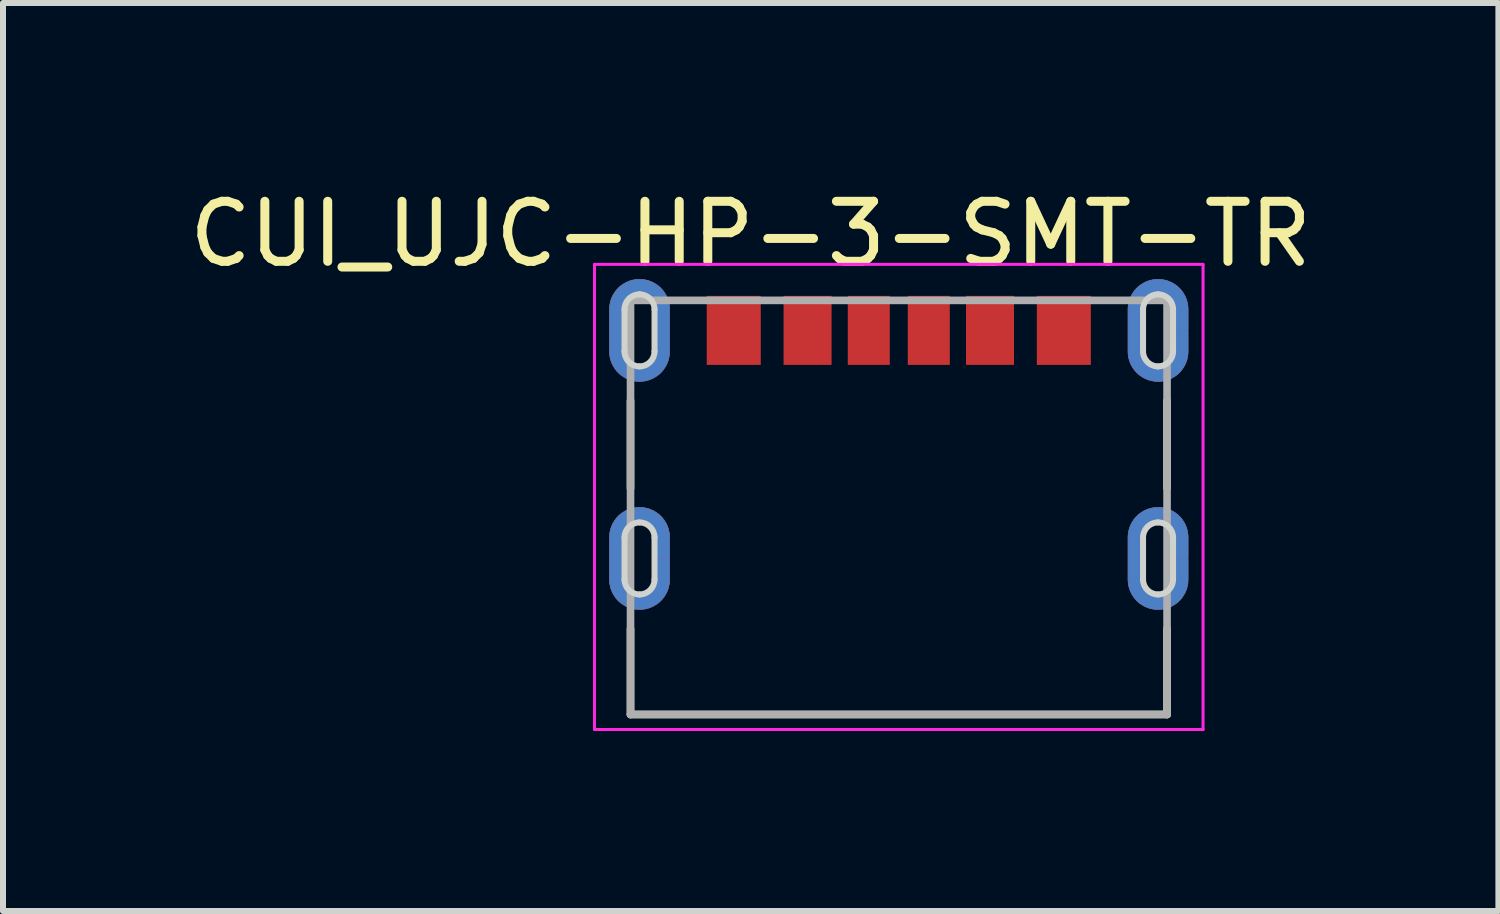
<source format=kicad_pcb>
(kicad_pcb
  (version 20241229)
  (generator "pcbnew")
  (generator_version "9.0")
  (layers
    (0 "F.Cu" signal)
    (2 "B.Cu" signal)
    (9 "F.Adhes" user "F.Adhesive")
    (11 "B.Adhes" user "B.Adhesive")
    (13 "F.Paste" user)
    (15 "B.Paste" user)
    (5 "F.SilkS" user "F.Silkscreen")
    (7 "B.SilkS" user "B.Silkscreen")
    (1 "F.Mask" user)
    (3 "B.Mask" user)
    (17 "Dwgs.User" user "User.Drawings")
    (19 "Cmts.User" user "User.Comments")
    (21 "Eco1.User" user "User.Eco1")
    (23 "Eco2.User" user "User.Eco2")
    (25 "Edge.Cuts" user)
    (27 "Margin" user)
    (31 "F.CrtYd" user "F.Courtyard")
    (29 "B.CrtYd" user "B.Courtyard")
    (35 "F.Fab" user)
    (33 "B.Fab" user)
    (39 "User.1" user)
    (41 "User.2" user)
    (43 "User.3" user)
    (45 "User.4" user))
  (footprint "CUI_UJC-HP-3-SMT-TR"
    (layer "F.Cu")
    (at 11.926 2.455)
    (property "Reference" "CUI_UJC-HP-3-SMT-TR" (at -2.468 -1.606 0) (layer "F.SilkS") (effects (font (size 1 1) (thickness 0.15))))
    (attr through_hole)
    (fp_poly (pts (xy -4.07 0) (xy -4.07 -0.35) (xy -4.07 -0.363) (xy -4.071 -0.376) (xy -4.073 -0.389) (xy -4.075 -0.402) (xy -4.079 -0.415) (xy -4.082 -0.427) (xy -4.087 -0.44) (xy -4.092 -0.452) (xy -4.097 -0.463) (xy -4.103 -0.475) (xy -4.11 -0.486) (xy -4.118 -0.497) (xy -4.126 -0.507) (xy -4.134 -0.517) (xy -4.143 -0.527) (xy -4.153 -0.536) (xy -4.163 -0.544) (xy -4.173 -0.552) (xy -4.184 -0.56) (xy -4.195 -0.567) (xy -4.207 -0.573) (xy -4.218 -0.578) (xy -4.23 -0.583) (xy -4.243 -0.588) (xy -4.255 -0.591) (xy -4.268 -0.595) (xy -4.281 -0.597) (xy -4.294 -0.599) (xy -4.307 -0.6) (xy -4.32 -0.6) (xy -4.333 -0.6) (xy -4.346 -0.599) (xy -4.359 -0.597) (xy -4.372 -0.595) (xy -4.385 -0.591) (xy -4.397 -0.588) (xy -4.41 -0.583) (xy -4.422 -0.578) (xy -4.433 -0.573) (xy -4.445 -0.567) (xy -4.456 -0.56) (xy -4.467 -0.552) (xy -4.477 -0.544) (xy -4.487 -0.536) (xy -4.497 -0.527) (xy -4.506 -0.517) (xy -4.514 -0.507) (xy -4.522 -0.497) (xy -4.53 -0.486) (xy -4.537 -0.475) (xy -4.543 -0.463) (xy -4.548 -0.452) (xy -4.553 -0.44) (xy -4.558 -0.427) (xy -4.561 -0.415) (xy -4.565 -0.402) (xy -4.567 -0.389) (xy -4.569 -0.376) (xy -4.57 -0.363) (xy -4.57 -0.35) (xy -4.57 0.35) (xy -4.57 0.363) (xy -4.569 0.376) (xy -4.567 0.389) (xy -4.565 0.402) (xy -4.561 0.415) (xy -4.558 0.427) (xy -4.553 0.44) (xy -4.548 0.452) (xy -4.543 0.463) (xy -4.537 0.475) (xy -4.53 0.486) (xy -4.522 0.497) (xy -4.514 0.507) (xy -4.506 0.517) (xy -4.497 0.527) (xy -4.487 0.536) (xy -4.477 0.544) (xy -4.467 0.552) (xy -4.456 0.56) (xy -4.445 0.567) (xy -4.433 0.573) (xy -4.422 0.578) (xy -4.41 0.583) (xy -4.397 0.588) (xy -4.385 0.591) (xy -4.372 0.595) (xy -4.359 0.597) (xy -4.346 0.599) (xy -4.333 0.6) (xy -4.32 0.6) (xy -4.307 0.6) (xy -4.294 0.599) (xy -4.281 0.597) (xy -4.268 0.595) (xy -4.255 0.591) (xy -4.243 0.588) (xy -4.23 0.583) (xy -4.218 0.578) (xy -4.207 0.573) (xy -4.195 0.567) (xy -4.184 0.56) (xy -4.173 0.552) (xy -4.163 0.544) (xy -4.153 0.536) (xy -4.143 0.527) (xy -4.134 0.517) (xy -4.126 0.507) (xy -4.118 0.497) (xy -4.11 0.486) (xy -4.103 0.475) (xy -4.097 0.463) (xy -4.092 0.452) (xy -4.087 0.44) (xy -4.082 0.427) (xy -4.079 0.415) (xy -4.075 0.402) (xy -4.073 0.389) (xy -4.071 0.376) (xy -4.07 0.363) (xy -4.07 0.35) (xy -4.07 0.01) (xy -3.82 0.01) (xy -3.82 0.35) (xy -3.821 0.376) (xy -3.823 0.402) (xy -3.826 0.428) (xy -3.831 0.454) (xy -3.837 0.479) (xy -3.844 0.505) (xy -3.853 0.529) (xy -3.863 0.553) (xy -3.874 0.577) (xy -3.887 0.6) (xy -3.901 0.622) (xy -3.915 0.644) (xy -3.931 0.665) (xy -3.948 0.685) (xy -3.966 0.704) (xy -3.985 0.722) (xy -4.005 0.739) (xy -4.026 0.755) (xy -4.048 0.769) (xy -4.07 0.783) (xy -4.093 0.796) (xy -4.117 0.807) (xy -4.141 0.817) (xy -4.165 0.826) (xy -4.191 0.833) (xy -4.216 0.839) (xy -4.242 0.844) (xy -4.268 0.847) (xy -4.294 0.849) (xy -4.32 0.85) (xy -4.346 0.849) (xy -4.372 0.847) (xy -4.398 0.844) (xy -4.424 0.839) (xy -4.449 0.833) (xy -4.475 0.826) (xy -4.499 0.817) (xy -4.523 0.807) (xy -4.547 0.796) (xy -4.57 0.783) (xy -4.592 0.769) (xy -4.614 0.755) (xy -4.635 0.739) (xy -4.655 0.722) (xy -4.674 0.704) (xy -4.692 0.685) (xy -4.709 0.665) (xy -4.725 0.644) (xy -4.739 0.622) (xy -4.753 0.6) (xy -4.766 0.577) (xy -4.777 0.553) (xy -4.787 0.529) (xy -4.796 0.505) (xy -4.803 0.479) (xy -4.809 0.454) (xy -4.814 0.428) (xy -4.817 0.402) (xy -4.819 0.376) (xy -4.82 0.35) (xy -4.82 -0.35) (xy -4.819 -0.376) (xy -4.817 -0.402) (xy -4.814 -0.428) (xy -4.809 -0.454) (xy -4.803 -0.479) (xy -4.796 -0.505) (xy -4.787 -0.529) (xy -4.777 -0.553) (xy -4.766 -0.577) (xy -4.753 -0.6) (xy -4.739 -0.622) (xy -4.725 -0.644) (xy -4.709 -0.665) (xy -4.692 -0.685) (xy -4.674 -0.704) (xy -4.655 -0.722) (xy -4.635 -0.739) (xy -4.614 -0.755) (xy -4.592 -0.769) (xy -4.57 -0.783) (xy -4.547 -0.796) (xy -4.523 -0.807) (xy -4.499 -0.817) (xy -4.475 -0.826) (xy -4.449 -0.833) (xy -4.424 -0.839) (xy -4.398 -0.844) (xy -4.372 -0.847) (xy -4.346 -0.849) (xy -4.32 -0.85) (xy -4.294 -0.849) (xy -4.268 -0.847) (xy -4.242 -0.844) (xy -4.216 -0.839) (xy -4.191 -0.833) (xy -4.165 -0.826) (xy -4.141 -0.817) (xy -4.117 -0.807) (xy -4.093 -0.796) (xy -4.07 -0.783) (xy -4.048 -0.769) (xy -4.026 -0.755) (xy -4.005 -0.739) (xy -3.985 -0.722) (xy -3.966 -0.704) (xy -3.948 -0.685) (xy -3.931 -0.665) (xy -3.915 -0.644) (xy -3.901 -0.622) (xy -3.887 -0.6) (xy -3.874 -0.577) (xy -3.863 -0.553) (xy -3.853 -0.529) (xy -3.844 -0.505) (xy -3.837 -0.479) (xy -3.831 -0.454) (xy -3.826 -0.428) (xy -3.823 -0.402) (xy -3.821 -0.376) (xy -3.82 -0.35) (xy -3.82 0) (xy -4.07 0)) (stroke (width 0.01) (type solid)) (fill yes) (layer "F.Cu"))
    (fp_poly (pts (xy -4.07 3.8) (xy -4.07 3.45) (xy -4.07 3.437) (xy -4.071 3.424) (xy -4.073 3.411) (xy -4.075 3.398) (xy -4.079 3.385) (xy -4.082 3.373) (xy -4.087 3.36) (xy -4.092 3.348) (xy -4.097 3.337) (xy -4.103 3.325) (xy -4.11 3.314) (xy -4.118 3.303) (xy -4.126 3.293) (xy -4.134 3.283) (xy -4.143 3.273) (xy -4.153 3.264) (xy -4.163 3.256) (xy -4.173 3.248) (xy -4.184 3.24) (xy -4.195 3.233) (xy -4.207 3.227) (xy -4.218 3.222) (xy -4.23 3.217) (xy -4.243 3.212) (xy -4.255 3.209) (xy -4.268 3.205) (xy -4.281 3.203) (xy -4.294 3.201) (xy -4.307 3.2) (xy -4.32 3.2) (xy -4.333 3.2) (xy -4.346 3.201) (xy -4.359 3.203) (xy -4.372 3.205) (xy -4.385 3.209) (xy -4.397 3.212) (xy -4.41 3.217) (xy -4.422 3.222) (xy -4.433 3.227) (xy -4.445 3.233) (xy -4.456 3.24) (xy -4.467 3.248) (xy -4.477 3.256) (xy -4.487 3.264) (xy -4.497 3.273) (xy -4.506 3.283) (xy -4.514 3.293) (xy -4.522 3.303) (xy -4.53 3.314) (xy -4.537 3.325) (xy -4.543 3.337) (xy -4.548 3.348) (xy -4.553 3.36) (xy -4.558 3.373) (xy -4.561 3.385) (xy -4.565 3.398) (xy -4.567 3.411) (xy -4.569 3.424) (xy -4.57 3.437) (xy -4.57 3.45) (xy -4.57 4.15) (xy -4.57 4.163) (xy -4.569 4.176) (xy -4.567 4.189) (xy -4.565 4.202) (xy -4.561 4.215) (xy -4.558 4.227) (xy -4.553 4.24) (xy -4.548 4.252) (xy -4.543 4.263) (xy -4.537 4.275) (xy -4.53 4.286) (xy -4.522 4.297) (xy -4.514 4.307) (xy -4.506 4.317) (xy -4.497 4.327) (xy -4.487 4.336) (xy -4.477 4.344) (xy -4.467 4.352) (xy -4.456 4.36) (xy -4.445 4.367) (xy -4.433 4.373) (xy -4.422 4.378) (xy -4.41 4.383) (xy -4.397 4.388) (xy -4.385 4.391) (xy -4.372 4.395) (xy -4.359 4.397) (xy -4.346 4.399) (xy -4.333 4.4) (xy -4.32 4.4) (xy -4.307 4.4) (xy -4.294 4.399) (xy -4.281 4.397) (xy -4.268 4.395) (xy -4.255 4.391) (xy -4.243 4.388) (xy -4.23 4.383) (xy -4.218 4.378) (xy -4.207 4.373) (xy -4.195 4.367) (xy -4.184 4.36) (xy -4.173 4.352) (xy -4.163 4.344) (xy -4.153 4.336) (xy -4.143 4.327) (xy -4.134 4.317) (xy -4.126 4.307) (xy -4.118 4.297) (xy -4.11 4.286) (xy -4.103 4.275) (xy -4.097 4.263) (xy -4.092 4.252) (xy -4.087 4.24) (xy -4.082 4.227) (xy -4.079 4.215) (xy -4.075 4.202) (xy -4.073 4.189) (xy -4.071 4.176) (xy -4.07 4.163) (xy -4.07 4.15) (xy -4.07 3.81) (xy -3.82 3.81) (xy -3.82 4.15) (xy -3.821 4.176) (xy -3.823 4.202) (xy -3.826 4.228) (xy -3.831 4.254) (xy -3.837 4.279) (xy -3.844 4.305) (xy -3.853 4.329) (xy -3.863 4.353) (xy -3.874 4.377) (xy -3.887 4.4) (xy -3.901 4.422) (xy -3.915 4.444) (xy -3.931 4.465) (xy -3.948 4.485) (xy -3.966 4.504) (xy -3.985 4.522) (xy -4.005 4.539) (xy -4.026 4.555) (xy -4.048 4.569) (xy -4.07 4.583) (xy -4.093 4.596) (xy -4.117 4.607) (xy -4.141 4.617) (xy -4.165 4.626) (xy -4.191 4.633) (xy -4.216 4.639) (xy -4.242 4.644) (xy -4.268 4.647) (xy -4.294 4.649) (xy -4.32 4.65) (xy -4.346 4.649) (xy -4.372 4.647) (xy -4.398 4.644) (xy -4.424 4.639) (xy -4.449 4.633) (xy -4.475 4.626) (xy -4.499 4.617) (xy -4.523 4.607) (xy -4.547 4.596) (xy -4.57 4.583) (xy -4.592 4.569) (xy -4.614 4.555) (xy -4.635 4.539) (xy -4.655 4.522) (xy -4.674 4.504) (xy -4.692 4.485) (xy -4.709 4.465) (xy -4.725 4.444) (xy -4.739 4.422) (xy -4.753 4.4) (xy -4.766 4.377) (xy -4.777 4.353) (xy -4.787 4.329) (xy -4.796 4.305) (xy -4.803 4.279) (xy -4.809 4.254) (xy -4.814 4.228) (xy -4.817 4.202) (xy -4.819 4.176) (xy -4.82 4.15) (xy -4.82 3.45) (xy -4.819 3.424) (xy -4.817 3.398) (xy -4.814 3.372) (xy -4.809 3.346) (xy -4.803 3.321) (xy -4.796 3.295) (xy -4.787 3.271) (xy -4.777 3.247) (xy -4.766 3.223) (xy -4.753 3.2) (xy -4.739 3.178) (xy -4.725 3.156) (xy -4.709 3.135) (xy -4.692 3.115) (xy -4.674 3.096) (xy -4.655 3.078) (xy -4.635 3.061) (xy -4.614 3.045) (xy -4.592 3.031) (xy -4.57 3.017) (xy -4.547 3.004) (xy -4.523 2.993) (xy -4.499 2.983) (xy -4.475 2.974) (xy -4.449 2.967) (xy -4.424 2.961) (xy -4.398 2.956) (xy -4.372 2.953) (xy -4.346 2.951) (xy -4.32 2.95) (xy -4.294 2.951) (xy -4.268 2.953) (xy -4.242 2.956) (xy -4.216 2.961) (xy -4.191 2.967) (xy -4.165 2.974) (xy -4.141 2.983) (xy -4.117 2.993) (xy -4.093 3.004) (xy -4.07 3.017) (xy -4.048 3.031) (xy -4.026 3.045) (xy -4.005 3.061) (xy -3.985 3.078) (xy -3.966 3.096) (xy -3.948 3.115) (xy -3.931 3.135) (xy -3.915 3.156) (xy -3.901 3.178) (xy -3.887 3.2) (xy -3.874 3.223) (xy -3.863 3.247) (xy -3.853 3.271) (xy -3.844 3.295) (xy -3.837 3.321) (xy -3.831 3.346) (xy -3.826 3.372) (xy -3.823 3.398) (xy -3.821 3.424) (xy -3.82 3.45) (xy -3.82 3.8) (xy -4.07 3.8)) (stroke (width 0.01) (type solid)) (fill yes) (layer "F.Cu"))
    (fp_poly (pts (xy 4.57 0) (xy 4.57 -0.35) (xy 4.57 -0.363) (xy 4.569 -0.376) (xy 4.567 -0.389) (xy 4.565 -0.402) (xy 4.561 -0.415) (xy 4.558 -0.427) (xy 4.553 -0.44) (xy 4.548 -0.452) (xy 4.543 -0.463) (xy 4.537 -0.475) (xy 4.53 -0.486) (xy 4.522 -0.497) (xy 4.514 -0.507) (xy 4.506 -0.517) (xy 4.497 -0.527) (xy 4.487 -0.536) (xy 4.477 -0.544) (xy 4.467 -0.552) (xy 4.456 -0.56) (xy 4.445 -0.567) (xy 4.433 -0.573) (xy 4.422 -0.578) (xy 4.41 -0.583) (xy 4.397 -0.588) (xy 4.385 -0.591) (xy 4.372 -0.595) (xy 4.359 -0.597) (xy 4.346 -0.599) (xy 4.333 -0.6) (xy 4.32 -0.6) (xy 4.307 -0.6) (xy 4.294 -0.599) (xy 4.281 -0.597) (xy 4.268 -0.595) (xy 4.255 -0.591) (xy 4.243 -0.588) (xy 4.23 -0.583) (xy 4.218 -0.578) (xy 4.207 -0.573) (xy 4.195 -0.567) (xy 4.184 -0.56) (xy 4.173 -0.552) (xy 4.163 -0.544) (xy 4.153 -0.536) (xy 4.143 -0.527) (xy 4.134 -0.517) (xy 4.126 -0.507) (xy 4.118 -0.497) (xy 4.11 -0.486) (xy 4.103 -0.475) (xy 4.097 -0.463) (xy 4.092 -0.452) (xy 4.087 -0.44) (xy 4.082 -0.427) (xy 4.079 -0.415) (xy 4.075 -0.402) (xy 4.073 -0.389) (xy 4.071 -0.376) (xy 4.07 -0.363) (xy 4.07 -0.35) (xy 4.07 0.35) (xy 4.07 0.363) (xy 4.071 0.376) (xy 4.073 0.389) (xy 4.075 0.402) (xy 4.079 0.415) (xy 4.082 0.427) (xy 4.087 0.44) (xy 4.092 0.452) (xy 4.097 0.463) (xy 4.103 0.475) (xy 4.11 0.486) (xy 4.118 0.497) (xy 4.126 0.507) (xy 4.134 0.517) (xy 4.143 0.527) (xy 4.153 0.536) (xy 4.163 0.544) (xy 4.173 0.552) (xy 4.184 0.56) (xy 4.195 0.567) (xy 4.207 0.573) (xy 4.218 0.578) (xy 4.23 0.583) (xy 4.243 0.588) (xy 4.255 0.591) (xy 4.268 0.595) (xy 4.281 0.597) (xy 4.294 0.599) (xy 4.307 0.6) (xy 4.32 0.6) (xy 4.333 0.6) (xy 4.346 0.599) (xy 4.359 0.597) (xy 4.372 0.595) (xy 4.385 0.591) (xy 4.397 0.588) (xy 4.41 0.583) (xy 4.422 0.578) (xy 4.433 0.573) (xy 4.445 0.567) (xy 4.456 0.56) (xy 4.467 0.552) (xy 4.477 0.544) (xy 4.487 0.536) (xy 4.497 0.527) (xy 4.506 0.517) (xy 4.514 0.507) (xy 4.522 0.497) (xy 4.53 0.486) (xy 4.537 0.475) (xy 4.543 0.463) (xy 4.548 0.452) (xy 4.553 0.44) (xy 4.558 0.427) (xy 4.561 0.415) (xy 4.565 0.402) (xy 4.567 0.389) (xy 4.569 0.376) (xy 4.57 0.363) (xy 4.57 0.35) (xy 4.57 0.01) (xy 4.82 0.01) (xy 4.82 0.35) (xy 4.819 0.376) (xy 4.817 0.402) (xy 4.814 0.428) (xy 4.809 0.454) (xy 4.803 0.479) (xy 4.796 0.505) (xy 4.787 0.529) (xy 4.777 0.553) (xy 4.766 0.577) (xy 4.753 0.6) (xy 4.739 0.622) (xy 4.725 0.644) (xy 4.709 0.665) (xy 4.692 0.685) (xy 4.674 0.704) (xy 4.655 0.722) (xy 4.635 0.739) (xy 4.614 0.755) (xy 4.592 0.769) (xy 4.57 0.783) (xy 4.547 0.796) (xy 4.523 0.807) (xy 4.499 0.817) (xy 4.475 0.826) (xy 4.449 0.833) (xy 4.424 0.839) (xy 4.398 0.844) (xy 4.372 0.847) (xy 4.346 0.849) (xy 4.32 0.85) (xy 4.294 0.849) (xy 4.268 0.847) (xy 4.242 0.844) (xy 4.216 0.839) (xy 4.191 0.833) (xy 4.165 0.826) (xy 4.141 0.817) (xy 4.117 0.807) (xy 4.093 0.796) (xy 4.07 0.783) (xy 4.048 0.769) (xy 4.026 0.755) (xy 4.005 0.739) (xy 3.985 0.722) (xy 3.966 0.704) (xy 3.948 0.685) (xy 3.931 0.665) (xy 3.915 0.644) (xy 3.901 0.622) (xy 3.887 0.6) (xy 3.874 0.577) (xy 3.863 0.553) (xy 3.853 0.529) (xy 3.844 0.505) (xy 3.837 0.479) (xy 3.831 0.454) (xy 3.826 0.428) (xy 3.823 0.402) (xy 3.821 0.376) (xy 3.82 0.35) (xy 3.82 -0.35) (xy 3.821 -0.376) (xy 3.823 -0.402) (xy 3.826 -0.428) (xy 3.831 -0.454) (xy 3.837 -0.479) (xy 3.844 -0.505) (xy 3.853 -0.529) (xy 3.863 -0.553) (xy 3.874 -0.577) (xy 3.887 -0.6) (xy 3.901 -0.622) (xy 3.915 -0.644) (xy 3.931 -0.665) (xy 3.948 -0.685) (xy 3.966 -0.704) (xy 3.985 -0.722) (xy 4.005 -0.739) (xy 4.026 -0.755) (xy 4.048 -0.769) (xy 4.07 -0.783) (xy 4.093 -0.796) (xy 4.117 -0.807) (xy 4.141 -0.817) (xy 4.165 -0.826) (xy 4.191 -0.833) (xy 4.216 -0.839) (xy 4.242 -0.844) (xy 4.268 -0.847) (xy 4.294 -0.849) (xy 4.32 -0.85) (xy 4.346 -0.849) (xy 4.372 -0.847) (xy 4.398 -0.844) (xy 4.424 -0.839) (xy 4.449 -0.833) (xy 4.475 -0.826) (xy 4.499 -0.817) (xy 4.523 -0.807) (xy 4.547 -0.796) (xy 4.57 -0.783) (xy 4.592 -0.769) (xy 4.614 -0.755) (xy 4.635 -0.739) (xy 4.655 -0.722) (xy 4.674 -0.704) (xy 4.692 -0.685) (xy 4.709 -0.665) (xy 4.725 -0.644) (xy 4.739 -0.622) (xy 4.753 -0.6) (xy 4.766 -0.577) (xy 4.777 -0.553) (xy 4.787 -0.529) (xy 4.796 -0.505) (xy 4.803 -0.479) (xy 4.809 -0.454) (xy 4.814 -0.428) (xy 4.817 -0.402) (xy 4.819 -0.376) (xy 4.82 -0.35) (xy 4.82 0) (xy 4.57 0)) (stroke (width 0.01) (type solid)) (fill yes) (layer "F.Cu"))
    (fp_poly (pts (xy 4.57 3.8) (xy 4.57 3.45) (xy 4.57 3.437) (xy 4.569 3.424) (xy 4.567 3.411) (xy 4.565 3.398) (xy 4.561 3.385) (xy 4.558 3.373) (xy 4.553 3.36) (xy 4.548 3.348) (xy 4.543 3.337) (xy 4.537 3.325) (xy 4.53 3.314) (xy 4.522 3.303) (xy 4.514 3.293) (xy 4.506 3.283) (xy 4.497 3.273) (xy 4.487 3.264) (xy 4.477 3.256) (xy 4.467 3.248) (xy 4.456 3.24) (xy 4.445 3.233) (xy 4.433 3.227) (xy 4.422 3.222) (xy 4.41 3.217) (xy 4.397 3.212) (xy 4.385 3.209) (xy 4.372 3.205) (xy 4.359 3.203) (xy 4.346 3.201) (xy 4.333 3.2) (xy 4.32 3.2) (xy 4.307 3.2) (xy 4.294 3.201) (xy 4.281 3.203) (xy 4.268 3.205) (xy 4.255 3.209) (xy 4.243 3.212) (xy 4.23 3.217) (xy 4.218 3.222) (xy 4.207 3.227) (xy 4.195 3.233) (xy 4.184 3.24) (xy 4.173 3.248) (xy 4.163 3.256) (xy 4.153 3.264) (xy 4.143 3.273) (xy 4.134 3.283) (xy 4.126 3.293) (xy 4.118 3.303) (xy 4.11 3.314) (xy 4.103 3.325) (xy 4.097 3.337) (xy 4.092 3.348) (xy 4.087 3.36) (xy 4.082 3.373) (xy 4.079 3.385) (xy 4.075 3.398) (xy 4.073 3.411) (xy 4.071 3.424) (xy 4.07 3.437) (xy 4.07 3.45) (xy 4.07 4.15) (xy 4.07 4.163) (xy 4.071 4.176) (xy 4.073 4.189) (xy 4.075 4.202) (xy 4.079 4.215) (xy 4.082 4.227) (xy 4.087 4.24) (xy 4.092 4.252) (xy 4.097 4.263) (xy 4.103 4.275) (xy 4.11 4.286) (xy 4.118 4.297) (xy 4.126 4.307) (xy 4.134 4.317) (xy 4.143 4.327) (xy 4.153 4.336) (xy 4.163 4.344) (xy 4.173 4.352) (xy 4.184 4.36) (xy 4.195 4.367) (xy 4.207 4.373) (xy 4.218 4.378) (xy 4.23 4.383) (xy 4.243 4.388) (xy 4.255 4.391) (xy 4.268 4.395) (xy 4.281 4.397) (xy 4.294 4.399) (xy 4.307 4.4) (xy 4.32 4.4) (xy 4.333 4.4) (xy 4.346 4.399) (xy 4.359 4.397) (xy 4.372 4.395) (xy 4.385 4.391) (xy 4.397 4.388) (xy 4.41 4.383) (xy 4.422 4.378) (xy 4.433 4.373) (xy 4.445 4.367) (xy 4.456 4.36) (xy 4.467 4.352) (xy 4.477 4.344) (xy 4.487 4.336) (xy 4.497 4.327) (xy 4.506 4.317) (xy 4.514 4.307) (xy 4.522 4.297) (xy 4.53 4.286) (xy 4.537 4.275) (xy 4.543 4.263) (xy 4.548 4.252) (xy 4.553 4.24) (xy 4.558 4.227) (xy 4.561 4.215) (xy 4.565 4.202) (xy 4.567 4.189) (xy 4.569 4.176) (xy 4.57 4.163) (xy 4.57 4.15) (xy 4.57 3.81) (xy 4.82 3.81) (xy 4.82 4.15) (xy 4.819 4.176) (xy 4.817 4.202) (xy 4.814 4.228) (xy 4.809 4.254) (xy 4.803 4.279) (xy 4.796 4.305) (xy 4.787 4.329) (xy 4.777 4.353) (xy 4.766 4.377) (xy 4.753 4.4) (xy 4.739 4.422) (xy 4.725 4.444) (xy 4.709 4.465) (xy 4.692 4.485) (xy 4.674 4.504) (xy 4.655 4.522) (xy 4.635 4.539) (xy 4.614 4.555) (xy 4.592 4.569) (xy 4.57 4.583) (xy 4.547 4.596) (xy 4.523 4.607) (xy 4.499 4.617) (xy 4.475 4.626) (xy 4.449 4.633) (xy 4.424 4.639) (xy 4.398 4.644) (xy 4.372 4.647) (xy 4.346 4.649) (xy 4.32 4.65) (xy 4.294 4.649) (xy 4.268 4.647) (xy 4.242 4.644) (xy 4.216 4.639) (xy 4.191 4.633) (xy 4.165 4.626) (xy 4.141 4.617) (xy 4.117 4.607) (xy 4.093 4.596) (xy 4.07 4.583) (xy 4.048 4.569) (xy 4.026 4.555) (xy 4.005 4.539) (xy 3.985 4.522) (xy 3.966 4.504) (xy 3.948 4.485) (xy 3.931 4.465) (xy 3.915 4.444) (xy 3.901 4.422) (xy 3.887 4.4) (xy 3.874 4.377) (xy 3.863 4.353) (xy 3.853 4.329) (xy 3.844 4.305) (xy 3.837 4.279) (xy 3.831 4.254) (xy 3.826 4.228) (xy 3.823 4.202) (xy 3.821 4.176) (xy 3.82 4.15) (xy 3.82 3.45) (xy 3.821 3.424) (xy 3.823 3.398) (xy 3.826 3.372) (xy 3.831 3.346) (xy 3.837 3.321) (xy 3.844 3.295) (xy 3.853 3.271) (xy 3.863 3.247) (xy 3.874 3.223) (xy 3.887 3.2) (xy 3.901 3.178) (xy 3.915 3.156) (xy 3.931 3.135) (xy 3.948 3.115) (xy 3.966 3.096) (xy 3.985 3.078) (xy 4.005 3.061) (xy 4.026 3.045) (xy 4.048 3.031) (xy 4.07 3.017) (xy 4.093 3.004) (xy 4.117 2.993) (xy 4.141 2.983) (xy 4.165 2.974) (xy 4.191 2.967) (xy 4.216 2.961) (xy 4.242 2.956) (xy 4.268 2.953) (xy 4.294 2.951) (xy 4.32 2.95) (xy 4.346 2.951) (xy 4.372 2.953) (xy 4.398 2.956) (xy 4.424 2.961) (xy 4.449 2.967) (xy 4.475 2.974) (xy 4.499 2.983) (xy 4.523 2.993) (xy 4.547 3.004) (xy 4.57 3.017) (xy 4.592 3.031) (xy 4.614 3.045) (xy 4.635 3.061) (xy 4.655 3.078) (xy 4.674 3.096) (xy 4.692 3.115) (xy 4.709 3.135) (xy 4.725 3.156) (xy 4.739 3.178) (xy 4.753 3.2) (xy 4.766 3.223) (xy 4.777 3.247) (xy 4.787 3.271) (xy 4.796 3.295) (xy 4.803 3.321) (xy 4.809 3.346) (xy 4.814 3.372) (xy 4.817 3.398) (xy 4.819 3.424) (xy 4.82 3.45) (xy 4.82 3.8) (xy 4.57 3.8)) (stroke (width 0.01) (type solid)) (fill yes) (layer "F.Cu"))
    (fp_poly (pts (xy -4.32 0) (xy -4.32 0.01) (xy -3.72 0.01) (xy -3.72 0.35) (xy -3.721 0.381) (xy -3.723 0.413) (xy -3.727 0.444) (xy -3.733 0.475) (xy -3.74 0.505) (xy -3.749 0.535) (xy -3.76 0.565) (xy -3.772 0.594) (xy -3.785 0.622) (xy -3.8 0.65) (xy -3.817 0.677) (xy -3.835 0.703) (xy -3.854 0.728) (xy -3.874 0.751) (xy -3.896 0.774) (xy -3.919 0.796) (xy -3.942 0.816) (xy -3.967 0.835) (xy -3.993 0.853) (xy -4.02 0.87) (xy -4.048 0.885) (xy -4.076 0.898) (xy -4.105 0.91) (xy -4.135 0.921) (xy -4.165 0.93) (xy -4.195 0.937) (xy -4.226 0.943) (xy -4.257 0.947) (xy -4.289 0.949) (xy -4.32 0.95) (xy -4.351 0.949) (xy -4.383 0.947) (xy -4.414 0.943) (xy -4.445 0.937) (xy -4.475 0.93) (xy -4.505 0.921) (xy -4.535 0.91) (xy -4.564 0.898) (xy -4.592 0.885) (xy -4.62 0.87) (xy -4.647 0.853) (xy -4.673 0.835) (xy -4.698 0.816) (xy -4.721 0.796) (xy -4.744 0.774) (xy -4.766 0.751) (xy -4.786 0.728) (xy -4.805 0.703) (xy -4.823 0.677) (xy -4.84 0.65) (xy -4.855 0.622) (xy -4.868 0.594) (xy -4.88 0.565) (xy -4.891 0.535) (xy -4.9 0.505) (xy -4.907 0.475) (xy -4.913 0.444) (xy -4.917 0.413) (xy -4.919 0.381) (xy -4.92 0.35) (xy -4.92 -0.35) (xy -4.919 -0.381) (xy -4.917 -0.413) (xy -4.913 -0.444) (xy -4.907 -0.475) (xy -4.9 -0.505) (xy -4.891 -0.535) (xy -4.88 -0.565) (xy -4.868 -0.594) (xy -4.855 -0.622) (xy -4.84 -0.65) (xy -4.823 -0.677) (xy -4.805 -0.703) (xy -4.786 -0.728) (xy -4.766 -0.751) (xy -4.744 -0.774) (xy -4.721 -0.796) (xy -4.698 -0.816) (xy -4.673 -0.835) (xy -4.647 -0.853) (xy -4.62 -0.87) (xy -4.592 -0.885) (xy -4.564 -0.898) (xy -4.535 -0.91) (xy -4.505 -0.921) (xy -4.475 -0.93) (xy -4.445 -0.937) (xy -4.414 -0.943) (xy -4.383 -0.947) (xy -4.351 -0.949) (xy -4.32 -0.95) (xy -4.289 -0.949) (xy -4.257 -0.947) (xy -4.226 -0.943) (xy -4.195 -0.937) (xy -4.165 -0.93) (xy -4.135 -0.921) (xy -4.105 -0.91) (xy -4.076 -0.898) (xy -4.048 -0.885) (xy -4.02 -0.87) (xy -3.993 -0.853) (xy -3.967 -0.835) (xy -3.942 -0.816) (xy -3.919 -0.796) (xy -3.896 -0.774) (xy -3.874 -0.751) (xy -3.854 -0.728) (xy -3.835 -0.703) (xy -3.817 -0.677) (xy -3.8 -0.65) (xy -3.785 -0.622) (xy -3.772 -0.594) (xy -3.76 -0.565) (xy -3.749 -0.535) (xy -3.74 -0.505) (xy -3.733 -0.475) (xy -3.727 -0.444) (xy -3.723 -0.413) (xy -3.721 -0.381) (xy -3.72 -0.35) (xy -3.72 0) (xy -4.32 0)) (stroke (width 0.01) (type solid)) (fill yes) (layer "F.Mask"))
    (fp_poly (pts (xy -4.32 3.8) (xy -4.32 3.81) (xy -3.72 3.81) (xy -3.72 4.15) (xy -3.721 4.181) (xy -3.723 4.213) (xy -3.727 4.244) (xy -3.733 4.275) (xy -3.74 4.305) (xy -3.749 4.335) (xy -3.76 4.365) (xy -3.772 4.394) (xy -3.785 4.422) (xy -3.8 4.45) (xy -3.817 4.477) (xy -3.835 4.503) (xy -3.854 4.528) (xy -3.874 4.551) (xy -3.896 4.574) (xy -3.919 4.596) (xy -3.942 4.616) (xy -3.967 4.635) (xy -3.993 4.653) (xy -4.02 4.67) (xy -4.048 4.685) (xy -4.076 4.698) (xy -4.105 4.71) (xy -4.135 4.721) (xy -4.165 4.73) (xy -4.195 4.737) (xy -4.226 4.743) (xy -4.257 4.747) (xy -4.289 4.749) (xy -4.32 4.75) (xy -4.351 4.749) (xy -4.383 4.747) (xy -4.414 4.743) (xy -4.445 4.737) (xy -4.475 4.73) (xy -4.505 4.721) (xy -4.535 4.71) (xy -4.564 4.698) (xy -4.592 4.685) (xy -4.62 4.67) (xy -4.647 4.653) (xy -4.673 4.635) (xy -4.698 4.616) (xy -4.721 4.596) (xy -4.744 4.574) (xy -4.766 4.551) (xy -4.786 4.528) (xy -4.805 4.503) (xy -4.823 4.477) (xy -4.84 4.45) (xy -4.855 4.422) (xy -4.868 4.394) (xy -4.88 4.365) (xy -4.891 4.335) (xy -4.9 4.305) (xy -4.907 4.275) (xy -4.913 4.244) (xy -4.917 4.213) (xy -4.919 4.181) (xy -4.92 4.15) (xy -4.92 3.45) (xy -4.919 3.419) (xy -4.917 3.387) (xy -4.913 3.356) (xy -4.907 3.325) (xy -4.9 3.295) (xy -4.891 3.265) (xy -4.88 3.235) (xy -4.868 3.206) (xy -4.855 3.178) (xy -4.84 3.15) (xy -4.823 3.123) (xy -4.805 3.097) (xy -4.786 3.072) (xy -4.766 3.049) (xy -4.744 3.026) (xy -4.721 3.004) (xy -4.698 2.984) (xy -4.673 2.965) (xy -4.647 2.947) (xy -4.62 2.93) (xy -4.592 2.915) (xy -4.564 2.902) (xy -4.535 2.89) (xy -4.505 2.879) (xy -4.475 2.87) (xy -4.445 2.863) (xy -4.414 2.857) (xy -4.383 2.853) (xy -4.351 2.851) (xy -4.32 2.85) (xy -4.289 2.851) (xy -4.257 2.853) (xy -4.226 2.857) (xy -4.195 2.863) (xy -4.165 2.87) (xy -4.135 2.879) (xy -4.105 2.89) (xy -4.076 2.902) (xy -4.048 2.915) (xy -4.02 2.93) (xy -3.993 2.947) (xy -3.967 2.965) (xy -3.942 2.984) (xy -3.919 3.004) (xy -3.896 3.026) (xy -3.874 3.049) (xy -3.854 3.072) (xy -3.835 3.097) (xy -3.817 3.123) (xy -3.8 3.15) (xy -3.785 3.178) (xy -3.772 3.206) (xy -3.76 3.235) (xy -3.749 3.265) (xy -3.74 3.295) (xy -3.733 3.325) (xy -3.727 3.356) (xy -3.723 3.387) (xy -3.721 3.419) (xy -3.72 3.45) (xy -3.72 3.8) (xy -4.32 3.8)) (stroke (width 0.01) (type solid)) (fill yes) (layer "F.Mask"))
    (fp_poly (pts (xy 4.32 0) (xy 4.32 0.01) (xy 4.92 0.01) (xy 4.92 0.35) (xy 4.919 0.381) (xy 4.917 0.413) (xy 4.913 0.444) (xy 4.907 0.475) (xy 4.9 0.505) (xy 4.891 0.535) (xy 4.88 0.565) (xy 4.868 0.594) (xy 4.855 0.622) (xy 4.84 0.65) (xy 4.823 0.677) (xy 4.805 0.703) (xy 4.786 0.728) (xy 4.766 0.751) (xy 4.744 0.774) (xy 4.721 0.796) (xy 4.698 0.816) (xy 4.673 0.835) (xy 4.647 0.853) (xy 4.62 0.87) (xy 4.592 0.885) (xy 4.564 0.898) (xy 4.535 0.91) (xy 4.505 0.921) (xy 4.475 0.93) (xy 4.445 0.937) (xy 4.414 0.943) (xy 4.383 0.947) (xy 4.351 0.949) (xy 4.32 0.95) (xy 4.289 0.949) (xy 4.257 0.947) (xy 4.226 0.943) (xy 4.195 0.937) (xy 4.165 0.93) (xy 4.135 0.921) (xy 4.105 0.91) (xy 4.076 0.898) (xy 4.048 0.885) (xy 4.02 0.87) (xy 3.993 0.853) (xy 3.967 0.835) (xy 3.942 0.816) (xy 3.919 0.796) (xy 3.896 0.774) (xy 3.874 0.751) (xy 3.854 0.728) (xy 3.835 0.703) (xy 3.817 0.677) (xy 3.8 0.65) (xy 3.785 0.622) (xy 3.772 0.594) (xy 3.76 0.565) (xy 3.749 0.535) (xy 3.74 0.505) (xy 3.733 0.475) (xy 3.727 0.444) (xy 3.723 0.413) (xy 3.721 0.381) (xy 3.72 0.35) (xy 3.72 -0.35) (xy 3.721 -0.381) (xy 3.723 -0.413) (xy 3.727 -0.444) (xy 3.733 -0.475) (xy 3.74 -0.505) (xy 3.749 -0.535) (xy 3.76 -0.565) (xy 3.772 -0.594) (xy 3.785 -0.622) (xy 3.8 -0.65) (xy 3.817 -0.677) (xy 3.835 -0.703) (xy 3.854 -0.728) (xy 3.874 -0.751) (xy 3.896 -0.774) (xy 3.919 -0.796) (xy 3.942 -0.816) (xy 3.967 -0.835) (xy 3.993 -0.853) (xy 4.02 -0.87) (xy 4.048 -0.885) (xy 4.076 -0.898) (xy 4.105 -0.91) (xy 4.135 -0.921) (xy 4.165 -0.93) (xy 4.195 -0.937) (xy 4.226 -0.943) (xy 4.257 -0.947) (xy 4.289 -0.949) (xy 4.32 -0.95) (xy 4.351 -0.949) (xy 4.383 -0.947) (xy 4.414 -0.943) (xy 4.445 -0.937) (xy 4.475 -0.93) (xy 4.505 -0.921) (xy 4.535 -0.91) (xy 4.564 -0.898) (xy 4.592 -0.885) (xy 4.62 -0.87) (xy 4.647 -0.853) (xy 4.673 -0.835) (xy 4.698 -0.816) (xy 4.721 -0.796) (xy 4.744 -0.774) (xy 4.766 -0.751) (xy 4.786 -0.728) (xy 4.805 -0.703) (xy 4.823 -0.677) (xy 4.84 -0.65) (xy 4.855 -0.622) (xy 4.868 -0.594) (xy 4.88 -0.565) (xy 4.891 -0.535) (xy 4.9 -0.505) (xy 4.907 -0.475) (xy 4.913 -0.444) (xy 4.917 -0.413) (xy 4.919 -0.381) (xy 4.92 -0.35) (xy 4.92 0) (xy 4.32 0)) (stroke (width 0.01) (type solid)) (fill yes) (layer "F.Mask"))
    (fp_poly (pts (xy 4.32 3.8) (xy 4.32 3.81) (xy 4.92 3.81) (xy 4.92 4.15) (xy 4.919 4.181) (xy 4.917 4.213) (xy 4.913 4.244) (xy 4.907 4.275) (xy 4.9 4.305) (xy 4.891 4.335) (xy 4.88 4.365) (xy 4.868 4.394) (xy 4.855 4.422) (xy 4.84 4.45) (xy 4.823 4.477) (xy 4.805 4.503) (xy 4.786 4.528) (xy 4.766 4.551) (xy 4.744 4.574) (xy 4.721 4.596) (xy 4.698 4.616) (xy 4.673 4.635) (xy 4.647 4.653) (xy 4.62 4.67) (xy 4.592 4.685) (xy 4.564 4.698) (xy 4.535 4.71) (xy 4.505 4.721) (xy 4.475 4.73) (xy 4.445 4.737) (xy 4.414 4.743) (xy 4.383 4.747) (xy 4.351 4.749) (xy 4.32 4.75) (xy 4.289 4.749) (xy 4.257 4.747) (xy 4.226 4.743) (xy 4.195 4.737) (xy 4.165 4.73) (xy 4.135 4.721) (xy 4.105 4.71) (xy 4.076 4.698) (xy 4.048 4.685) (xy 4.02 4.67) (xy 3.993 4.653) (xy 3.967 4.635) (xy 3.942 4.616) (xy 3.919 4.596) (xy 3.896 4.574) (xy 3.874 4.551) (xy 3.854 4.528) (xy 3.835 4.503) (xy 3.817 4.477) (xy 3.8 4.45) (xy 3.785 4.422) (xy 3.772 4.394) (xy 3.76 4.365) (xy 3.749 4.335) (xy 3.74 4.305) (xy 3.733 4.275) (xy 3.727 4.244) (xy 3.723 4.213) (xy 3.721 4.181) (xy 3.72 4.15) (xy 3.72 3.45) (xy 3.721 3.419) (xy 3.723 3.387) (xy 3.727 3.356) (xy 3.733 3.325) (xy 3.74 3.295) (xy 3.749 3.265) (xy 3.76 3.235) (xy 3.772 3.206) (xy 3.785 3.178) (xy 3.8 3.15) (xy 3.817 3.123) (xy 3.835 3.097) (xy 3.854 3.072) (xy 3.874 3.049) (xy 3.896 3.026) (xy 3.919 3.004) (xy 3.942 2.984) (xy 3.967 2.965) (xy 3.993 2.947) (xy 4.02 2.93) (xy 4.048 2.915) (xy 4.076 2.902) (xy 4.105 2.89) (xy 4.135 2.879) (xy 4.165 2.87) (xy 4.195 2.863) (xy 4.226 2.857) (xy 4.257 2.853) (xy 4.289 2.851) (xy 4.32 2.85) (xy 4.351 2.851) (xy 4.383 2.853) (xy 4.414 2.857) (xy 4.445 2.863) (xy 4.475 2.87) (xy 4.505 2.879) (xy 4.535 2.89) (xy 4.564 2.902) (xy 4.592 2.915) (xy 4.62 2.93) (xy 4.647 2.947) (xy 4.673 2.965) (xy 4.698 2.984) (xy 4.721 3.004) (xy 4.744 3.026) (xy 4.766 3.049) (xy 4.786 3.072) (xy 4.805 3.097) (xy 4.823 3.123) (xy 4.84 3.15) (xy 4.855 3.178) (xy 4.868 3.206) (xy 4.88 3.235) (xy 4.891 3.265) (xy 4.9 3.295) (xy 4.907 3.325) (xy 4.913 3.356) (xy 4.917 3.387) (xy 4.919 3.419) (xy 4.92 3.45) (xy 4.92 3.8) (xy 4.32 3.8)) (stroke (width 0.01) (type solid)) (fill yes) (layer "F.Mask"))
    (fp_poly (pts (xy -4.07 0) (xy -4.07 -0.35) (xy -4.07 -0.363) (xy -4.071 -0.376) (xy -4.073 -0.389) (xy -4.075 -0.402) (xy -4.079 -0.415) (xy -4.082 -0.427) (xy -4.087 -0.44) (xy -4.092 -0.452) (xy -4.097 -0.463) (xy -4.103 -0.475) (xy -4.11 -0.486) (xy -4.118 -0.497) (xy -4.126 -0.507) (xy -4.134 -0.517) (xy -4.143 -0.527) (xy -4.153 -0.536) (xy -4.163 -0.544) (xy -4.173 -0.552) (xy -4.184 -0.56) (xy -4.195 -0.567) (xy -4.207 -0.573) (xy -4.218 -0.578) (xy -4.23 -0.583) (xy -4.243 -0.588) (xy -4.255 -0.591) (xy -4.268 -0.595) (xy -4.281 -0.597) (xy -4.294 -0.599) (xy -4.307 -0.6) (xy -4.32 -0.6) (xy -4.333 -0.6) (xy -4.346 -0.599) (xy -4.359 -0.597) (xy -4.372 -0.595) (xy -4.385 -0.591) (xy -4.397 -0.588) (xy -4.41 -0.583) (xy -4.422 -0.578) (xy -4.433 -0.573) (xy -4.445 -0.567) (xy -4.456 -0.56) (xy -4.467 -0.552) (xy -4.477 -0.544) (xy -4.487 -0.536) (xy -4.497 -0.527) (xy -4.506 -0.517) (xy -4.514 -0.507) (xy -4.522 -0.497) (xy -4.53 -0.486) (xy -4.537 -0.475) (xy -4.543 -0.463) (xy -4.548 -0.452) (xy -4.553 -0.44) (xy -4.558 -0.427) (xy -4.561 -0.415) (xy -4.565 -0.402) (xy -4.567 -0.389) (xy -4.569 -0.376) (xy -4.57 -0.363) (xy -4.57 -0.35) (xy -4.57 0.35) (xy -4.57 0.363) (xy -4.569 0.376) (xy -4.567 0.389) (xy -4.565 0.402) (xy -4.561 0.415) (xy -4.558 0.427) (xy -4.553 0.44) (xy -4.548 0.452) (xy -4.543 0.463) (xy -4.537 0.475) (xy -4.53 0.486) (xy -4.522 0.497) (xy -4.514 0.507) (xy -4.506 0.517) (xy -4.497 0.527) (xy -4.487 0.536) (xy -4.477 0.544) (xy -4.467 0.552) (xy -4.456 0.56) (xy -4.445 0.567) (xy -4.433 0.573) (xy -4.422 0.578) (xy -4.41 0.583) (xy -4.397 0.588) (xy -4.385 0.591) (xy -4.372 0.595) (xy -4.359 0.597) (xy -4.346 0.599) (xy -4.333 0.6) (xy -4.32 0.6) (xy -4.307 0.6) (xy -4.294 0.599) (xy -4.281 0.597) (xy -4.268 0.595) (xy -4.255 0.591) (xy -4.243 0.588) (xy -4.23 0.583) (xy -4.218 0.578) (xy -4.207 0.573) (xy -4.195 0.567) (xy -4.184 0.56) (xy -4.173 0.552) (xy -4.163 0.544) (xy -4.153 0.536) (xy -4.143 0.527) (xy -4.134 0.517) (xy -4.126 0.507) (xy -4.118 0.497) (xy -4.11 0.486) (xy -4.103 0.475) (xy -4.097 0.463) (xy -4.092 0.452) (xy -4.087 0.44) (xy -4.082 0.427) (xy -4.079 0.415) (xy -4.075 0.402) (xy -4.073 0.389) (xy -4.071 0.376) (xy -4.07 0.363) (xy -4.07 0.35) (xy -4.07 0.01) (xy -3.82 0.01) (xy -3.82 0.35) (xy -3.821 0.376) (xy -3.823 0.402) (xy -3.826 0.428) (xy -3.831 0.454) (xy -3.837 0.479) (xy -3.844 0.505) (xy -3.853 0.529) (xy -3.863 0.553) (xy -3.874 0.577) (xy -3.887 0.6) (xy -3.901 0.622) (xy -3.915 0.644) (xy -3.931 0.665) (xy -3.948 0.685) (xy -3.966 0.704) (xy -3.985 0.722) (xy -4.005 0.739) (xy -4.026 0.755) (xy -4.048 0.769) (xy -4.07 0.783) (xy -4.093 0.796) (xy -4.117 0.807) (xy -4.141 0.817) (xy -4.165 0.826) (xy -4.191 0.833) (xy -4.216 0.839) (xy -4.242 0.844) (xy -4.268 0.847) (xy -4.294 0.849) (xy -4.32 0.85) (xy -4.346 0.849) (xy -4.372 0.847) (xy -4.398 0.844) (xy -4.424 0.839) (xy -4.449 0.833) (xy -4.475 0.826) (xy -4.499 0.817) (xy -4.523 0.807) (xy -4.547 0.796) (xy -4.57 0.783) (xy -4.592 0.769) (xy -4.614 0.755) (xy -4.635 0.739) (xy -4.655 0.722) (xy -4.674 0.704) (xy -4.692 0.685) (xy -4.709 0.665) (xy -4.725 0.644) (xy -4.739 0.622) (xy -4.753 0.6) (xy -4.766 0.577) (xy -4.777 0.553) (xy -4.787 0.529) (xy -4.796 0.505) (xy -4.803 0.479) (xy -4.809 0.454) (xy -4.814 0.428) (xy -4.817 0.402) (xy -4.819 0.376) (xy -4.82 0.35) (xy -4.82 -0.35) (xy -4.819 -0.376) (xy -4.817 -0.402) (xy -4.814 -0.428) (xy -4.809 -0.454) (xy -4.803 -0.479) (xy -4.796 -0.505) (xy -4.787 -0.529) (xy -4.777 -0.553) (xy -4.766 -0.577) (xy -4.753 -0.6) (xy -4.739 -0.622) (xy -4.725 -0.644) (xy -4.709 -0.665) (xy -4.692 -0.685) (xy -4.674 -0.704) (xy -4.655 -0.722) (xy -4.635 -0.739) (xy -4.614 -0.755) (xy -4.592 -0.769) (xy -4.57 -0.783) (xy -4.547 -0.796) (xy -4.523 -0.807) (xy -4.499 -0.817) (xy -4.475 -0.826) (xy -4.449 -0.833) (xy -4.424 -0.839) (xy -4.398 -0.844) (xy -4.372 -0.847) (xy -4.346 -0.849) (xy -4.32 -0.85) (xy -4.294 -0.849) (xy -4.268 -0.847) (xy -4.242 -0.844) (xy -4.216 -0.839) (xy -4.191 -0.833) (xy -4.165 -0.826) (xy -4.141 -0.817) (xy -4.117 -0.807) (xy -4.093 -0.796) (xy -4.07 -0.783) (xy -4.048 -0.769) (xy -4.026 -0.755) (xy -4.005 -0.739) (xy -3.985 -0.722) (xy -3.966 -0.704) (xy -3.948 -0.685) (xy -3.931 -0.665) (xy -3.915 -0.644) (xy -3.901 -0.622) (xy -3.887 -0.6) (xy -3.874 -0.577) (xy -3.863 -0.553) (xy -3.853 -0.529) (xy -3.844 -0.505) (xy -3.837 -0.479) (xy -3.831 -0.454) (xy -3.826 -0.428) (xy -3.823 -0.402) (xy -3.821 -0.376) (xy -3.82 -0.35) (xy -3.82 0) (xy -4.07 0)) (stroke (width 0.01) (type solid)) (fill yes) (layer "B.Cu"))
    (fp_poly (pts (xy -4.07 3.8) (xy -4.07 3.45) (xy -4.07 3.437) (xy -4.071 3.424) (xy -4.073 3.411) (xy -4.075 3.398) (xy -4.079 3.385) (xy -4.082 3.373) (xy -4.087 3.36) (xy -4.092 3.348) (xy -4.097 3.337) (xy -4.103 3.325) (xy -4.11 3.314) (xy -4.118 3.303) (xy -4.126 3.293) (xy -4.134 3.283) (xy -4.143 3.273) (xy -4.153 3.264) (xy -4.163 3.256) (xy -4.173 3.248) (xy -4.184 3.24) (xy -4.195 3.233) (xy -4.207 3.227) (xy -4.218 3.222) (xy -4.23 3.217) (xy -4.243 3.212) (xy -4.255 3.209) (xy -4.268 3.205) (xy -4.281 3.203) (xy -4.294 3.201) (xy -4.307 3.2) (xy -4.32 3.2) (xy -4.333 3.2) (xy -4.346 3.201) (xy -4.359 3.203) (xy -4.372 3.205) (xy -4.385 3.209) (xy -4.397 3.212) (xy -4.41 3.217) (xy -4.422 3.222) (xy -4.433 3.227) (xy -4.445 3.233) (xy -4.456 3.24) (xy -4.467 3.248) (xy -4.477 3.256) (xy -4.487 3.264) (xy -4.497 3.273) (xy -4.506 3.283) (xy -4.514 3.293) (xy -4.522 3.303) (xy -4.53 3.314) (xy -4.537 3.325) (xy -4.543 3.337) (xy -4.548 3.348) (xy -4.553 3.36) (xy -4.558 3.373) (xy -4.561 3.385) (xy -4.565 3.398) (xy -4.567 3.411) (xy -4.569 3.424) (xy -4.57 3.437) (xy -4.57 3.45) (xy -4.57 4.15) (xy -4.57 4.163) (xy -4.569 4.176) (xy -4.567 4.189) (xy -4.565 4.202) (xy -4.561 4.215) (xy -4.558 4.227) (xy -4.553 4.24) (xy -4.548 4.252) (xy -4.543 4.263) (xy -4.537 4.275) (xy -4.53 4.286) (xy -4.522 4.297) (xy -4.514 4.307) (xy -4.506 4.317) (xy -4.497 4.327) (xy -4.487 4.336) (xy -4.477 4.344) (xy -4.467 4.352) (xy -4.456 4.36) (xy -4.445 4.367) (xy -4.433 4.373) (xy -4.422 4.378) (xy -4.41 4.383) (xy -4.397 4.388) (xy -4.385 4.391) (xy -4.372 4.395) (xy -4.359 4.397) (xy -4.346 4.399) (xy -4.333 4.4) (xy -4.32 4.4) (xy -4.307 4.4) (xy -4.294 4.399) (xy -4.281 4.397) (xy -4.268 4.395) (xy -4.255 4.391) (xy -4.243 4.388) (xy -4.23 4.383) (xy -4.218 4.378) (xy -4.207 4.373) (xy -4.195 4.367) (xy -4.184 4.36) (xy -4.173 4.352) (xy -4.163 4.344) (xy -4.153 4.336) (xy -4.143 4.327) (xy -4.134 4.317) (xy -4.126 4.307) (xy -4.118 4.297) (xy -4.11 4.286) (xy -4.103 4.275) (xy -4.097 4.263) (xy -4.092 4.252) (xy -4.087 4.24) (xy -4.082 4.227) (xy -4.079 4.215) (xy -4.075 4.202) (xy -4.073 4.189) (xy -4.071 4.176) (xy -4.07 4.163) (xy -4.07 4.15) (xy -4.07 3.81) (xy -3.82 3.81) (xy -3.82 4.15) (xy -3.821 4.176) (xy -3.823 4.202) (xy -3.826 4.228) (xy -3.831 4.254) (xy -3.837 4.279) (xy -3.844 4.305) (xy -3.853 4.329) (xy -3.863 4.353) (xy -3.874 4.377) (xy -3.887 4.4) (xy -3.901 4.422) (xy -3.915 4.444) (xy -3.931 4.465) (xy -3.948 4.485) (xy -3.966 4.504) (xy -3.985 4.522) (xy -4.005 4.539) (xy -4.026 4.555) (xy -4.048 4.569) (xy -4.07 4.583) (xy -4.093 4.596) (xy -4.117 4.607) (xy -4.141 4.617) (xy -4.165 4.626) (xy -4.191 4.633) (xy -4.216 4.639) (xy -4.242 4.644) (xy -4.268 4.647) (xy -4.294 4.649) (xy -4.32 4.65) (xy -4.346 4.649) (xy -4.372 4.647) (xy -4.398 4.644) (xy -4.424 4.639) (xy -4.449 4.633) (xy -4.475 4.626) (xy -4.499 4.617) (xy -4.523 4.607) (xy -4.547 4.596) (xy -4.57 4.583) (xy -4.592 4.569) (xy -4.614 4.555) (xy -4.635 4.539) (xy -4.655 4.522) (xy -4.674 4.504) (xy -4.692 4.485) (xy -4.709 4.465) (xy -4.725 4.444) (xy -4.739 4.422) (xy -4.753 4.4) (xy -4.766 4.377) (xy -4.777 4.353) (xy -4.787 4.329) (xy -4.796 4.305) (xy -4.803 4.279) (xy -4.809 4.254) (xy -4.814 4.228) (xy -4.817 4.202) (xy -4.819 4.176) (xy -4.82 4.15) (xy -4.82 3.45) (xy -4.819 3.424) (xy -4.817 3.398) (xy -4.814 3.372) (xy -4.809 3.346) (xy -4.803 3.321) (xy -4.796 3.295) (xy -4.787 3.271) (xy -4.777 3.247) (xy -4.766 3.223) (xy -4.753 3.2) (xy -4.739 3.178) (xy -4.725 3.156) (xy -4.709 3.135) (xy -4.692 3.115) (xy -4.674 3.096) (xy -4.655 3.078) (xy -4.635 3.061) (xy -4.614 3.045) (xy -4.592 3.031) (xy -4.57 3.017) (xy -4.547 3.004) (xy -4.523 2.993) (xy -4.499 2.983) (xy -4.475 2.974) (xy -4.449 2.967) (xy -4.424 2.961) (xy -4.398 2.956) (xy -4.372 2.953) (xy -4.346 2.951) (xy -4.32 2.95) (xy -4.294 2.951) (xy -4.268 2.953) (xy -4.242 2.956) (xy -4.216 2.961) (xy -4.191 2.967) (xy -4.165 2.974) (xy -4.141 2.983) (xy -4.117 2.993) (xy -4.093 3.004) (xy -4.07 3.017) (xy -4.048 3.031) (xy -4.026 3.045) (xy -4.005 3.061) (xy -3.985 3.078) (xy -3.966 3.096) (xy -3.948 3.115) (xy -3.931 3.135) (xy -3.915 3.156) (xy -3.901 3.178) (xy -3.887 3.2) (xy -3.874 3.223) (xy -3.863 3.247) (xy -3.853 3.271) (xy -3.844 3.295) (xy -3.837 3.321) (xy -3.831 3.346) (xy -3.826 3.372) (xy -3.823 3.398) (xy -3.821 3.424) (xy -3.82 3.45) (xy -3.82 3.8) (xy -4.07 3.8)) (stroke (width 0.01) (type solid)) (fill yes) (layer "B.Cu"))
    (fp_poly (pts (xy 4.57 0) (xy 4.57 -0.35) (xy 4.57 -0.363) (xy 4.569 -0.376) (xy 4.567 -0.389) (xy 4.565 -0.402) (xy 4.561 -0.415) (xy 4.558 -0.427) (xy 4.553 -0.44) (xy 4.548 -0.452) (xy 4.543 -0.463) (xy 4.537 -0.475) (xy 4.53 -0.486) (xy 4.522 -0.497) (xy 4.514 -0.507) (xy 4.506 -0.517) (xy 4.497 -0.527) (xy 4.487 -0.536) (xy 4.477 -0.544) (xy 4.467 -0.552) (xy 4.456 -0.56) (xy 4.445 -0.567) (xy 4.433 -0.573) (xy 4.422 -0.578) (xy 4.41 -0.583) (xy 4.397 -0.588) (xy 4.385 -0.591) (xy 4.372 -0.595) (xy 4.359 -0.597) (xy 4.346 -0.599) (xy 4.333 -0.6) (xy 4.32 -0.6) (xy 4.307 -0.6) (xy 4.294 -0.599) (xy 4.281 -0.597) (xy 4.268 -0.595) (xy 4.255 -0.591) (xy 4.243 -0.588) (xy 4.23 -0.583) (xy 4.218 -0.578) (xy 4.207 -0.573) (xy 4.195 -0.567) (xy 4.184 -0.56) (xy 4.173 -0.552) (xy 4.163 -0.544) (xy 4.153 -0.536) (xy 4.143 -0.527) (xy 4.134 -0.517) (xy 4.126 -0.507) (xy 4.118 -0.497) (xy 4.11 -0.486) (xy 4.103 -0.475) (xy 4.097 -0.463) (xy 4.092 -0.452) (xy 4.087 -0.44) (xy 4.082 -0.427) (xy 4.079 -0.415) (xy 4.075 -0.402) (xy 4.073 -0.389) (xy 4.071 -0.376) (xy 4.07 -0.363) (xy 4.07 -0.35) (xy 4.07 0.35) (xy 4.07 0.363) (xy 4.071 0.376) (xy 4.073 0.389) (xy 4.075 0.402) (xy 4.079 0.415) (xy 4.082 0.427) (xy 4.087 0.44) (xy 4.092 0.452) (xy 4.097 0.463) (xy 4.103 0.475) (xy 4.11 0.486) (xy 4.118 0.497) (xy 4.126 0.507) (xy 4.134 0.517) (xy 4.143 0.527) (xy 4.153 0.536) (xy 4.163 0.544) (xy 4.173 0.552) (xy 4.184 0.56) (xy 4.195 0.567) (xy 4.207 0.573) (xy 4.218 0.578) (xy 4.23 0.583) (xy 4.243 0.588) (xy 4.255 0.591) (xy 4.268 0.595) (xy 4.281 0.597) (xy 4.294 0.599) (xy 4.307 0.6) (xy 4.32 0.6) (xy 4.333 0.6) (xy 4.346 0.599) (xy 4.359 0.597) (xy 4.372 0.595) (xy 4.385 0.591) (xy 4.397 0.588) (xy 4.41 0.583) (xy 4.422 0.578) (xy 4.433 0.573) (xy 4.445 0.567) (xy 4.456 0.56) (xy 4.467 0.552) (xy 4.477 0.544) (xy 4.487 0.536) (xy 4.497 0.527) (xy 4.506 0.517) (xy 4.514 0.507) (xy 4.522 0.497) (xy 4.53 0.486) (xy 4.537 0.475) (xy 4.543 0.463) (xy 4.548 0.452) (xy 4.553 0.44) (xy 4.558 0.427) (xy 4.561 0.415) (xy 4.565 0.402) (xy 4.567 0.389) (xy 4.569 0.376) (xy 4.57 0.363) (xy 4.57 0.35) (xy 4.57 0.01) (xy 4.82 0.01) (xy 4.82 0.35) (xy 4.819 0.376) (xy 4.817 0.402) (xy 4.814 0.428) (xy 4.809 0.454) (xy 4.803 0.479) (xy 4.796 0.505) (xy 4.787 0.529) (xy 4.777 0.553) (xy 4.766 0.577) (xy 4.753 0.6) (xy 4.739 0.622) (xy 4.725 0.644) (xy 4.709 0.665) (xy 4.692 0.685) (xy 4.674 0.704) (xy 4.655 0.722) (xy 4.635 0.739) (xy 4.614 0.755) (xy 4.592 0.769) (xy 4.57 0.783) (xy 4.547 0.796) (xy 4.523 0.807) (xy 4.499 0.817) (xy 4.475 0.826) (xy 4.449 0.833) (xy 4.424 0.839) (xy 4.398 0.844) (xy 4.372 0.847) (xy 4.346 0.849) (xy 4.32 0.85) (xy 4.294 0.849) (xy 4.268 0.847) (xy 4.242 0.844) (xy 4.216 0.839) (xy 4.191 0.833) (xy 4.165 0.826) (xy 4.141 0.817) (xy 4.117 0.807) (xy 4.093 0.796) (xy 4.07 0.783) (xy 4.048 0.769) (xy 4.026 0.755) (xy 4.005 0.739) (xy 3.985 0.722) (xy 3.966 0.704) (xy 3.948 0.685) (xy 3.931 0.665) (xy 3.915 0.644) (xy 3.901 0.622) (xy 3.887 0.6) (xy 3.874 0.577) (xy 3.863 0.553) (xy 3.853 0.529) (xy 3.844 0.505) (xy 3.837 0.479) (xy 3.831 0.454) (xy 3.826 0.428) (xy 3.823 0.402) (xy 3.821 0.376) (xy 3.82 0.35) (xy 3.82 -0.35) (xy 3.821 -0.376) (xy 3.823 -0.402) (xy 3.826 -0.428) (xy 3.831 -0.454) (xy 3.837 -0.479) (xy 3.844 -0.505) (xy 3.853 -0.529) (xy 3.863 -0.553) (xy 3.874 -0.577) (xy 3.887 -0.6) (xy 3.901 -0.622) (xy 3.915 -0.644) (xy 3.931 -0.665) (xy 3.948 -0.685) (xy 3.966 -0.704) (xy 3.985 -0.722) (xy 4.005 -0.739) (xy 4.026 -0.755) (xy 4.048 -0.769) (xy 4.07 -0.783) (xy 4.093 -0.796) (xy 4.117 -0.807) (xy 4.141 -0.817) (xy 4.165 -0.826) (xy 4.191 -0.833) (xy 4.216 -0.839) (xy 4.242 -0.844) (xy 4.268 -0.847) (xy 4.294 -0.849) (xy 4.32 -0.85) (xy 4.346 -0.849) (xy 4.372 -0.847) (xy 4.398 -0.844) (xy 4.424 -0.839) (xy 4.449 -0.833) (xy 4.475 -0.826) (xy 4.499 -0.817) (xy 4.523 -0.807) (xy 4.547 -0.796) (xy 4.57 -0.783) (xy 4.592 -0.769) (xy 4.614 -0.755) (xy 4.635 -0.739) (xy 4.655 -0.722) (xy 4.674 -0.704) (xy 4.692 -0.685) (xy 4.709 -0.665) (xy 4.725 -0.644) (xy 4.739 -0.622) (xy 4.753 -0.6) (xy 4.766 -0.577) (xy 4.777 -0.553) (xy 4.787 -0.529) (xy 4.796 -0.505) (xy 4.803 -0.479) (xy 4.809 -0.454) (xy 4.814 -0.428) (xy 4.817 -0.402) (xy 4.819 -0.376) (xy 4.82 -0.35) (xy 4.82 0) (xy 4.57 0)) (stroke (width 0.01) (type solid)) (fill yes) (layer "B.Cu"))
    (fp_poly (pts (xy 4.57 3.8) (xy 4.57 3.45) (xy 4.57 3.437) (xy 4.569 3.424) (xy 4.567 3.411) (xy 4.565 3.398) (xy 4.561 3.385) (xy 4.558 3.373) (xy 4.553 3.36) (xy 4.548 3.348) (xy 4.543 3.337) (xy 4.537 3.325) (xy 4.53 3.314) (xy 4.522 3.303) (xy 4.514 3.293) (xy 4.506 3.283) (xy 4.497 3.273) (xy 4.487 3.264) (xy 4.477 3.256) (xy 4.467 3.248) (xy 4.456 3.24) (xy 4.445 3.233) (xy 4.433 3.227) (xy 4.422 3.222) (xy 4.41 3.217) (xy 4.397 3.212) (xy 4.385 3.209) (xy 4.372 3.205) (xy 4.359 3.203) (xy 4.346 3.201) (xy 4.333 3.2) (xy 4.32 3.2) (xy 4.307 3.2) (xy 4.294 3.201) (xy 4.281 3.203) (xy 4.268 3.205) (xy 4.255 3.209) (xy 4.243 3.212) (xy 4.23 3.217) (xy 4.218 3.222) (xy 4.207 3.227) (xy 4.195 3.233) (xy 4.184 3.24) (xy 4.173 3.248) (xy 4.163 3.256) (xy 4.153 3.264) (xy 4.143 3.273) (xy 4.134 3.283) (xy 4.126 3.293) (xy 4.118 3.303) (xy 4.11 3.314) (xy 4.103 3.325) (xy 4.097 3.337) (xy 4.092 3.348) (xy 4.087 3.36) (xy 4.082 3.373) (xy 4.079 3.385) (xy 4.075 3.398) (xy 4.073 3.411) (xy 4.071 3.424) (xy 4.07 3.437) (xy 4.07 3.45) (xy 4.07 4.15) (xy 4.07 4.163) (xy 4.071 4.176) (xy 4.073 4.189) (xy 4.075 4.202) (xy 4.079 4.215) (xy 4.082 4.227) (xy 4.087 4.24) (xy 4.092 4.252) (xy 4.097 4.263) (xy 4.103 4.275) (xy 4.11 4.286) (xy 4.118 4.297) (xy 4.126 4.307) (xy 4.134 4.317) (xy 4.143 4.327) (xy 4.153 4.336) (xy 4.163 4.344) (xy 4.173 4.352) (xy 4.184 4.36) (xy 4.195 4.367) (xy 4.207 4.373) (xy 4.218 4.378) (xy 4.23 4.383) (xy 4.243 4.388) (xy 4.255 4.391) (xy 4.268 4.395) (xy 4.281 4.397) (xy 4.294 4.399) (xy 4.307 4.4) (xy 4.32 4.4) (xy 4.333 4.4) (xy 4.346 4.399) (xy 4.359 4.397) (xy 4.372 4.395) (xy 4.385 4.391) (xy 4.397 4.388) (xy 4.41 4.383) (xy 4.422 4.378) (xy 4.433 4.373) (xy 4.445 4.367) (xy 4.456 4.36) (xy 4.467 4.352) (xy 4.477 4.344) (xy 4.487 4.336) (xy 4.497 4.327) (xy 4.506 4.317) (xy 4.514 4.307) (xy 4.522 4.297) (xy 4.53 4.286) (xy 4.537 4.275) (xy 4.543 4.263) (xy 4.548 4.252) (xy 4.553 4.24) (xy 4.558 4.227) (xy 4.561 4.215) (xy 4.565 4.202) (xy 4.567 4.189) (xy 4.569 4.176) (xy 4.57 4.163) (xy 4.57 4.15) (xy 4.57 3.81) (xy 4.82 3.81) (xy 4.82 4.15) (xy 4.819 4.176) (xy 4.817 4.202) (xy 4.814 4.228) (xy 4.809 4.254) (xy 4.803 4.279) (xy 4.796 4.305) (xy 4.787 4.329) (xy 4.777 4.353) (xy 4.766 4.377) (xy 4.753 4.4) (xy 4.739 4.422) (xy 4.725 4.444) (xy 4.709 4.465) (xy 4.692 4.485) (xy 4.674 4.504) (xy 4.655 4.522) (xy 4.635 4.539) (xy 4.614 4.555) (xy 4.592 4.569) (xy 4.57 4.583) (xy 4.547 4.596) (xy 4.523 4.607) (xy 4.499 4.617) (xy 4.475 4.626) (xy 4.449 4.633) (xy 4.424 4.639) (xy 4.398 4.644) (xy 4.372 4.647) (xy 4.346 4.649) (xy 4.32 4.65) (xy 4.294 4.649) (xy 4.268 4.647) (xy 4.242 4.644) (xy 4.216 4.639) (xy 4.191 4.633) (xy 4.165 4.626) (xy 4.141 4.617) (xy 4.117 4.607) (xy 4.093 4.596) (xy 4.07 4.583) (xy 4.048 4.569) (xy 4.026 4.555) (xy 4.005 4.539) (xy 3.985 4.522) (xy 3.966 4.504) (xy 3.948 4.485) (xy 3.931 4.465) (xy 3.915 4.444) (xy 3.901 4.422) (xy 3.887 4.4) (xy 3.874 4.377) (xy 3.863 4.353) (xy 3.853 4.329) (xy 3.844 4.305) (xy 3.837 4.279) (xy 3.831 4.254) (xy 3.826 4.228) (xy 3.823 4.202) (xy 3.821 4.176) (xy 3.82 4.15) (xy 3.82 3.45) (xy 3.821 3.424) (xy 3.823 3.398) (xy 3.826 3.372) (xy 3.831 3.346) (xy 3.837 3.321) (xy 3.844 3.295) (xy 3.853 3.271) (xy 3.863 3.247) (xy 3.874 3.223) (xy 3.887 3.2) (xy 3.901 3.178) (xy 3.915 3.156) (xy 3.931 3.135) (xy 3.948 3.115) (xy 3.966 3.096) (xy 3.985 3.078) (xy 4.005 3.061) (xy 4.026 3.045) (xy 4.048 3.031) (xy 4.07 3.017) (xy 4.093 3.004) (xy 4.117 2.993) (xy 4.141 2.983) (xy 4.165 2.974) (xy 4.191 2.967) (xy 4.216 2.961) (xy 4.242 2.956) (xy 4.268 2.953) (xy 4.294 2.951) (xy 4.32 2.95) (xy 4.346 2.951) (xy 4.372 2.953) (xy 4.398 2.956) (xy 4.424 2.961) (xy 4.449 2.967) (xy 4.475 2.974) (xy 4.499 2.983) (xy 4.523 2.993) (xy 4.547 3.004) (xy 4.57 3.017) (xy 4.592 3.031) (xy 4.614 3.045) (xy 4.635 3.061) (xy 4.655 3.078) (xy 4.674 3.096) (xy 4.692 3.115) (xy 4.709 3.135) (xy 4.725 3.156) (xy 4.739 3.178) (xy 4.753 3.2) (xy 4.766 3.223) (xy 4.777 3.247) (xy 4.787 3.271) (xy 4.796 3.295) (xy 4.803 3.321) (xy 4.809 3.346) (xy 4.814 3.372) (xy 4.817 3.398) (xy 4.819 3.424) (xy 4.82 3.45) (xy 4.82 3.8) (xy 4.57 3.8)) (stroke (width 0.01) (type solid)) (fill yes) (layer "B.Cu"))
    (fp_poly (pts (xy -4.32 0) (xy -4.32 0.01) (xy -3.72 0.01) (xy -3.72 0.35) (xy -3.721 0.381) (xy -3.723 0.413) (xy -3.727 0.444) (xy -3.733 0.475) (xy -3.74 0.505) (xy -3.749 0.535) (xy -3.76 0.565) (xy -3.772 0.594) (xy -3.785 0.622) (xy -3.8 0.65) (xy -3.817 0.677) (xy -3.835 0.703) (xy -3.854 0.728) (xy -3.874 0.751) (xy -3.896 0.774) (xy -3.919 0.796) (xy -3.942 0.816) (xy -3.967 0.835) (xy -3.993 0.853) (xy -4.02 0.87) (xy -4.048 0.885) (xy -4.076 0.898) (xy -4.105 0.91) (xy -4.135 0.921) (xy -4.165 0.93) (xy -4.195 0.937) (xy -4.226 0.943) (xy -4.257 0.947) (xy -4.289 0.949) (xy -4.32 0.95) (xy -4.351 0.949) (xy -4.383 0.947) (xy -4.414 0.943) (xy -4.445 0.937) (xy -4.475 0.93) (xy -4.505 0.921) (xy -4.535 0.91) (xy -4.564 0.898) (xy -4.592 0.885) (xy -4.62 0.87) (xy -4.647 0.853) (xy -4.673 0.835) (xy -4.698 0.816) (xy -4.721 0.796) (xy -4.744 0.774) (xy -4.766 0.751) (xy -4.786 0.728) (xy -4.805 0.703) (xy -4.823 0.677) (xy -4.84 0.65) (xy -4.855 0.622) (xy -4.868 0.594) (xy -4.88 0.565) (xy -4.891 0.535) (xy -4.9 0.505) (xy -4.907 0.475) (xy -4.913 0.444) (xy -4.917 0.413) (xy -4.919 0.381) (xy -4.92 0.35) (xy -4.92 -0.35) (xy -4.919 -0.381) (xy -4.917 -0.413) (xy -4.913 -0.444) (xy -4.907 -0.475) (xy -4.9 -0.505) (xy -4.891 -0.535) (xy -4.88 -0.565) (xy -4.868 -0.594) (xy -4.855 -0.622) (xy -4.84 -0.65) (xy -4.823 -0.677) (xy -4.805 -0.703) (xy -4.786 -0.728) (xy -4.766 -0.751) (xy -4.744 -0.774) (xy -4.721 -0.796) (xy -4.698 -0.816) (xy -4.673 -0.835) (xy -4.647 -0.853) (xy -4.62 -0.87) (xy -4.592 -0.885) (xy -4.564 -0.898) (xy -4.535 -0.91) (xy -4.505 -0.921) (xy -4.475 -0.93) (xy -4.445 -0.937) (xy -4.414 -0.943) (xy -4.383 -0.947) (xy -4.351 -0.949) (xy -4.32 -0.95) (xy -4.289 -0.949) (xy -4.257 -0.947) (xy -4.226 -0.943) (xy -4.195 -0.937) (xy -4.165 -0.93) (xy -4.135 -0.921) (xy -4.105 -0.91) (xy -4.076 -0.898) (xy -4.048 -0.885) (xy -4.02 -0.87) (xy -3.993 -0.853) (xy -3.967 -0.835) (xy -3.942 -0.816) (xy -3.919 -0.796) (xy -3.896 -0.774) (xy -3.874 -0.751) (xy -3.854 -0.728) (xy -3.835 -0.703) (xy -3.817 -0.677) (xy -3.8 -0.65) (xy -3.785 -0.622) (xy -3.772 -0.594) (xy -3.76 -0.565) (xy -3.749 -0.535) (xy -3.74 -0.505) (xy -3.733 -0.475) (xy -3.727 -0.444) (xy -3.723 -0.413) (xy -3.721 -0.381) (xy -3.72 -0.35) (xy -3.72 0) (xy -4.32 0)) (stroke (width 0.01) (type solid)) (fill yes) (layer "B.Mask"))
    (fp_poly (pts (xy -4.32 3.8) (xy -4.32 3.81) (xy -3.72 3.81) (xy -3.72 4.15) (xy -3.721 4.181) (xy -3.723 4.213) (xy -3.727 4.244) (xy -3.733 4.275) (xy -3.74 4.305) (xy -3.749 4.335) (xy -3.76 4.365) (xy -3.772 4.394) (xy -3.785 4.422) (xy -3.8 4.45) (xy -3.817 4.477) (xy -3.835 4.503) (xy -3.854 4.528) (xy -3.874 4.551) (xy -3.896 4.574) (xy -3.919 4.596) (xy -3.942 4.616) (xy -3.967 4.635) (xy -3.993 4.653) (xy -4.02 4.67) (xy -4.048 4.685) (xy -4.076 4.698) (xy -4.105 4.71) (xy -4.135 4.721) (xy -4.165 4.73) (xy -4.195 4.737) (xy -4.226 4.743) (xy -4.257 4.747) (xy -4.289 4.749) (xy -4.32 4.75) (xy -4.351 4.749) (xy -4.383 4.747) (xy -4.414 4.743) (xy -4.445 4.737) (xy -4.475 4.73) (xy -4.505 4.721) (xy -4.535 4.71) (xy -4.564 4.698) (xy -4.592 4.685) (xy -4.62 4.67) (xy -4.647 4.653) (xy -4.673 4.635) (xy -4.698 4.616) (xy -4.721 4.596) (xy -4.744 4.574) (xy -4.766 4.551) (xy -4.786 4.528) (xy -4.805 4.503) (xy -4.823 4.477) (xy -4.84 4.45) (xy -4.855 4.422) (xy -4.868 4.394) (xy -4.88 4.365) (xy -4.891 4.335) (xy -4.9 4.305) (xy -4.907 4.275) (xy -4.913 4.244) (xy -4.917 4.213) (xy -4.919 4.181) (xy -4.92 4.15) (xy -4.92 3.45) (xy -4.919 3.419) (xy -4.917 3.387) (xy -4.913 3.356) (xy -4.907 3.325) (xy -4.9 3.295) (xy -4.891 3.265) (xy -4.88 3.235) (xy -4.868 3.206) (xy -4.855 3.178) (xy -4.84 3.15) (xy -4.823 3.123) (xy -4.805 3.097) (xy -4.786 3.072) (xy -4.766 3.049) (xy -4.744 3.026) (xy -4.721 3.004) (xy -4.698 2.984) (xy -4.673 2.965) (xy -4.647 2.947) (xy -4.62 2.93) (xy -4.592 2.915) (xy -4.564 2.902) (xy -4.535 2.89) (xy -4.505 2.879) (xy -4.475 2.87) (xy -4.445 2.863) (xy -4.414 2.857) (xy -4.383 2.853) (xy -4.351 2.851) (xy -4.32 2.85) (xy -4.289 2.851) (xy -4.257 2.853) (xy -4.226 2.857) (xy -4.195 2.863) (xy -4.165 2.87) (xy -4.135 2.879) (xy -4.105 2.89) (xy -4.076 2.902) (xy -4.048 2.915) (xy -4.02 2.93) (xy -3.993 2.947) (xy -3.967 2.965) (xy -3.942 2.984) (xy -3.919 3.004) (xy -3.896 3.026) (xy -3.874 3.049) (xy -3.854 3.072) (xy -3.835 3.097) (xy -3.817 3.123) (xy -3.8 3.15) (xy -3.785 3.178) (xy -3.772 3.206) (xy -3.76 3.235) (xy -3.749 3.265) (xy -3.74 3.295) (xy -3.733 3.325) (xy -3.727 3.356) (xy -3.723 3.387) (xy -3.721 3.419) (xy -3.72 3.45) (xy -3.72 3.8) (xy -4.32 3.8)) (stroke (width 0.01) (type solid)) (fill yes) (layer "B.Mask"))
    (fp_poly (pts (xy 4.32 0) (xy 4.32 0.01) (xy 4.92 0.01) (xy 4.92 0.35) (xy 4.919 0.381) (xy 4.917 0.413) (xy 4.913 0.444) (xy 4.907 0.475) (xy 4.9 0.505) (xy 4.891 0.535) (xy 4.88 0.565) (xy 4.868 0.594) (xy 4.855 0.622) (xy 4.84 0.65) (xy 4.823 0.677) (xy 4.805 0.703) (xy 4.786 0.728) (xy 4.766 0.751) (xy 4.744 0.774) (xy 4.721 0.796) (xy 4.698 0.816) (xy 4.673 0.835) (xy 4.647 0.853) (xy 4.62 0.87) (xy 4.592 0.885) (xy 4.564 0.898) (xy 4.535 0.91) (xy 4.505 0.921) (xy 4.475 0.93) (xy 4.445 0.937) (xy 4.414 0.943) (xy 4.383 0.947) (xy 4.351 0.949) (xy 4.32 0.95) (xy 4.289 0.949) (xy 4.257 0.947) (xy 4.226 0.943) (xy 4.195 0.937) (xy 4.165 0.93) (xy 4.135 0.921) (xy 4.105 0.91) (xy 4.076 0.898) (xy 4.048 0.885) (xy 4.02 0.87) (xy 3.993 0.853) (xy 3.967 0.835) (xy 3.942 0.816) (xy 3.919 0.796) (xy 3.896 0.774) (xy 3.874 0.751) (xy 3.854 0.728) (xy 3.835 0.703) (xy 3.817 0.677) (xy 3.8 0.65) (xy 3.785 0.622) (xy 3.772 0.594) (xy 3.76 0.565) (xy 3.749 0.535) (xy 3.74 0.505) (xy 3.733 0.475) (xy 3.727 0.444) (xy 3.723 0.413) (xy 3.721 0.381) (xy 3.72 0.35) (xy 3.72 -0.35) (xy 3.721 -0.381) (xy 3.723 -0.413) (xy 3.727 -0.444) (xy 3.733 -0.475) (xy 3.74 -0.505) (xy 3.749 -0.535) (xy 3.76 -0.565) (xy 3.772 -0.594) (xy 3.785 -0.622) (xy 3.8 -0.65) (xy 3.817 -0.677) (xy 3.835 -0.703) (xy 3.854 -0.728) (xy 3.874 -0.751) (xy 3.896 -0.774) (xy 3.919 -0.796) (xy 3.942 -0.816) (xy 3.967 -0.835) (xy 3.993 -0.853) (xy 4.02 -0.87) (xy 4.048 -0.885) (xy 4.076 -0.898) (xy 4.105 -0.91) (xy 4.135 -0.921) (xy 4.165 -0.93) (xy 4.195 -0.937) (xy 4.226 -0.943) (xy 4.257 -0.947) (xy 4.289 -0.949) (xy 4.32 -0.95) (xy 4.351 -0.949) (xy 4.383 -0.947) (xy 4.414 -0.943) (xy 4.445 -0.937) (xy 4.475 -0.93) (xy 4.505 -0.921) (xy 4.535 -0.91) (xy 4.564 -0.898) (xy 4.592 -0.885) (xy 4.62 -0.87) (xy 4.647 -0.853) (xy 4.673 -0.835) (xy 4.698 -0.816) (xy 4.721 -0.796) (xy 4.744 -0.774) (xy 4.766 -0.751) (xy 4.786 -0.728) (xy 4.805 -0.703) (xy 4.823 -0.677) (xy 4.84 -0.65) (xy 4.855 -0.622) (xy 4.868 -0.594) (xy 4.88 -0.565) (xy 4.891 -0.535) (xy 4.9 -0.505) (xy 4.907 -0.475) (xy 4.913 -0.444) (xy 4.917 -0.413) (xy 4.919 -0.381) (xy 4.92 -0.35) (xy 4.92 0) (xy 4.32 0)) (stroke (width 0.01) (type solid)) (fill yes) (layer "B.Mask"))
    (fp_poly (pts (xy 4.32 3.8) (xy 4.32 3.81) (xy 4.92 3.81) (xy 4.92 4.15) (xy 4.919 4.181) (xy 4.917 4.213) (xy 4.913 4.244) (xy 4.907 4.275) (xy 4.9 4.305) (xy 4.891 4.335) (xy 4.88 4.365) (xy 4.868 4.394) (xy 4.855 4.422) (xy 4.84 4.45) (xy 4.823 4.477) (xy 4.805 4.503) (xy 4.786 4.528) (xy 4.766 4.551) (xy 4.744 4.574) (xy 4.721 4.596) (xy 4.698 4.616) (xy 4.673 4.635) (xy 4.647 4.653) (xy 4.62 4.67) (xy 4.592 4.685) (xy 4.564 4.698) (xy 4.535 4.71) (xy 4.505 4.721) (xy 4.475 4.73) (xy 4.445 4.737) (xy 4.414 4.743) (xy 4.383 4.747) (xy 4.351 4.749) (xy 4.32 4.75) (xy 4.289 4.749) (xy 4.257 4.747) (xy 4.226 4.743) (xy 4.195 4.737) (xy 4.165 4.73) (xy 4.135 4.721) (xy 4.105 4.71) (xy 4.076 4.698) (xy 4.048 4.685) (xy 4.02 4.67) (xy 3.993 4.653) (xy 3.967 4.635) (xy 3.942 4.616) (xy 3.919 4.596) (xy 3.896 4.574) (xy 3.874 4.551) (xy 3.854 4.528) (xy 3.835 4.503) (xy 3.817 4.477) (xy 3.8 4.45) (xy 3.785 4.422) (xy 3.772 4.394) (xy 3.76 4.365) (xy 3.749 4.335) (xy 3.74 4.305) (xy 3.733 4.275) (xy 3.727 4.244) (xy 3.723 4.213) (xy 3.721 4.181) (xy 3.72 4.15) (xy 3.72 3.45) (xy 3.721 3.419) (xy 3.723 3.387) (xy 3.727 3.356) (xy 3.733 3.325) (xy 3.74 3.295) (xy 3.749 3.265) (xy 3.76 3.235) (xy 3.772 3.206) (xy 3.785 3.178) (xy 3.8 3.15) (xy 3.817 3.123) (xy 3.835 3.097) (xy 3.854 3.072) (xy 3.874 3.049) (xy 3.896 3.026) (xy 3.919 3.004) (xy 3.942 2.984) (xy 3.967 2.965) (xy 3.993 2.947) (xy 4.02 2.93) (xy 4.048 2.915) (xy 4.076 2.902) (xy 4.105 2.89) (xy 4.135 2.879) (xy 4.165 2.87) (xy 4.195 2.863) (xy 4.226 2.857) (xy 4.257 2.853) (xy 4.289 2.851) (xy 4.32 2.85) (xy 4.351 2.851) (xy 4.383 2.853) (xy 4.414 2.857) (xy 4.445 2.863) (xy 4.475 2.87) (xy 4.505 2.879) (xy 4.535 2.89) (xy 4.564 2.902) (xy 4.592 2.915) (xy 4.62 2.93) (xy 4.647 2.947) (xy 4.673 2.965) (xy 4.698 2.984) (xy 4.721 3.004) (xy 4.744 3.026) (xy 4.766 3.049) (xy 4.786 3.072) (xy 4.805 3.097) (xy 4.823 3.123) (xy 4.84 3.15) (xy 4.855 3.178) (xy 4.868 3.206) (xy 4.88 3.235) (xy 4.891 3.265) (xy 4.9 3.295) (xy 4.907 3.325) (xy 4.913 3.356) (xy 4.917 3.387) (xy 4.919 3.419) (xy 4.92 3.45) (xy 4.92 3.8) (xy 4.32 3.8)) (stroke (width 0.01) (type solid)) (fill yes) (layer "B.Mask"))
    (fp_line (start -4.47 2.63) (end -4.47 1.17) (stroke (width 0.127) (type solid)) (layer "F.SilkS"))
    (fp_line (start -4.47 6.4) (end -4.47 4.97) (stroke (width 0.127) (type solid)) (layer "F.SilkS"))
    (fp_line (start -4.47 6.4) (end 4.47 6.4) (stroke (width 0.127) (type solid)) (layer "F.SilkS"))
    (fp_line (start 4.47 2.63) (end 4.47 1.17) (stroke (width 0.127) (type solid)) (layer "F.SilkS"))
    (fp_line (start 4.47 6.4) (end 4.47 4.97) (stroke (width 0.127) (type solid)) (layer "F.SilkS"))
    (fp_line (start -4.57 -0.35) (end -4.57 0.35) (stroke (width 0.1) (type solid)) (layer "Edge.Cuts"))
    (fp_line (start -4.57 3.45) (end -4.57 4.15) (stroke (width 0.1) (type solid)) (layer "Edge.Cuts"))
    (fp_line (start -4.07 0.35) (end -4.07 -0.35) (stroke (width 0.1) (type solid)) (layer "Edge.Cuts"))
    (fp_line (start -4.07 4.15) (end -4.07 3.45) (stroke (width 0.1) (type solid)) (layer "Edge.Cuts"))
    (fp_line (start 4.07 -0.35) (end 4.07 0.35) (stroke (width 0.1) (type solid)) (layer "Edge.Cuts"))
    (fp_line (start 4.07 3.45) (end 4.07 4.15) (stroke (width 0.1) (type solid)) (layer "Edge.Cuts"))
    (fp_line (start 4.57 0.35) (end 4.57 -0.35) (stroke (width 0.1) (type solid)) (layer "Edge.Cuts"))
    (fp_line (start 4.57 4.15) (end 4.57 3.45) (stroke (width 0.1) (type solid)) (layer "Edge.Cuts"))
    (fp_arc (start -4.57 -0.35) (mid -4.496777 -0.526777) (end -4.32 -0.6) (stroke (width 0.1) (type solid)) (layer "Edge.Cuts"))
    (fp_arc (start -4.57 3.45) (mid -4.496777 3.273223) (end -4.32 3.2) (stroke (width 0.1) (type solid)) (layer "Edge.Cuts"))
    (fp_arc (start -4.32 -0.6) (mid -4.143223 -0.526777) (end -4.07 -0.35) (stroke (width 0.1) (type solid)) (layer "Edge.Cuts"))
    (fp_arc (start -4.32 0.6) (mid -4.496777 0.526777) (end -4.57 0.35) (stroke (width 0.1) (type solid)) (layer "Edge.Cuts"))
    (fp_arc (start -4.32 3.2) (mid -4.143223 3.273223) (end -4.07 3.45) (stroke (width 0.1) (type solid)) (layer "Edge.Cuts"))
    (fp_arc (start -4.32 4.4) (mid -4.496777 4.326777) (end -4.57 4.15) (stroke (width 0.1) (type solid)) (layer "Edge.Cuts"))
    (fp_arc (start -4.07 0.35) (mid -4.143223 0.526777) (end -4.32 0.6) (stroke (width 0.1) (type solid)) (layer "Edge.Cuts"))
    (fp_arc (start -4.07 4.15) (mid -4.143223 4.326777) (end -4.32 4.4) (stroke (width 0.1) (type solid)) (layer "Edge.Cuts"))
    (fp_arc (start 4.07 -0.35) (mid 4.143223 -0.526777) (end 4.32 -0.6) (stroke (width 0.1) (type solid)) (layer "Edge.Cuts"))
    (fp_arc (start 4.07 3.45) (mid 4.143223 3.273223) (end 4.32 3.2) (stroke (width 0.1) (type solid)) (layer "Edge.Cuts"))
    (fp_arc (start 4.32 -0.6) (mid 4.496777 -0.526777) (end 4.57 -0.35) (stroke (width 0.1) (type solid)) (layer "Edge.Cuts"))
    (fp_arc (start 4.32 0.6) (mid 4.143223 0.526777) (end 4.07 0.35) (stroke (width 0.1) (type solid)) (layer "Edge.Cuts"))
    (fp_arc (start 4.32 3.2) (mid 4.496777 3.273223) (end 4.57 3.45) (stroke (width 0.1) (type solid)) (layer "Edge.Cuts"))
    (fp_arc (start 4.32 4.4) (mid 4.143223 4.326777) (end 4.07 4.15) (stroke (width 0.1) (type solid)) (layer "Edge.Cuts"))
    (fp_arc (start 4.57 0.35) (mid 4.496777 0.526777) (end 4.32 0.6) (stroke (width 0.1) (type solid)) (layer "Edge.Cuts"))
    (fp_arc (start 4.57 4.15) (mid 4.496777 4.326777) (end 4.32 4.4) (stroke (width 0.1) (type solid)) (layer "Edge.Cuts"))
    (fp_line (start -5.07 -1.1) (end -5.07 6.65) (stroke (width 0.05) (type solid)) (layer "F.CrtYd"))
    (fp_line (start -5.07 6.65) (end 5.07 6.65) (stroke (width 0.05) (type solid)) (layer "F.CrtYd"))
    (fp_line (start 5.07 -1.1) (end -5.07 -1.1) (stroke (width 0.05) (type solid)) (layer "F.CrtYd"))
    (fp_line (start 5.07 6.65) (end 5.07 -1.1) (stroke (width 0.05) (type solid)) (layer "F.CrtYd"))
    (fp_line (start -4.47 -0.5) (end -4.47 6.4) (stroke (width 0.127) (type solid)) (layer "F.Fab"))
    (fp_line (start -4.47 6.4) (end 4.47 6.4) (stroke (width 0.127) (type solid)) (layer "F.Fab"))
    (fp_line (start 4.47 -0.5) (end -4.47 -0.5) (stroke (width 0.127) (type solid)) (layer "F.Fab"))
    (fp_line (start 4.47 6.4) (end 4.47 -0.5) (stroke (width 0.127) (type solid)) (layer "F.Fab"))
    (pad "A5" smd rect (at -0.5 0) (size 0.7 1.15) (layers "F.Cu" "F.Mask" "F.Paste"))
    (pad "A9" smd rect (at 1.52 0) (size 0.8 1.15) (layers "F.Cu" "F.Mask" "F.Paste"))
    (pad "A12" smd rect (at 2.75 0) (size 0.9 1.15) (layers "F.Cu" "F.Mask" "F.Paste"))
    (pad "B5" smd rect (at 0.5 0) (size 0.7 1.15) (layers "F.Cu" "F.Mask" "F.Paste"))
    (pad "B9" smd rect (at -1.52 0) (size 0.8 1.15) (layers "F.Cu" "F.Mask" "F.Paste"))
    (pad "B12" smd rect (at -2.75 0) (size 0.9 1.15) (layers "F.Cu" "F.Mask" "F.Paste"))
    (pad "S1" smd rect (at -4.695 0) (size 0.2 0.2) (layers "F.Cu"))
    (pad "S2" smd rect (at 3.945 0) (size 0.2 0.2) (layers "F.Cu"))
    (pad "S3" smd rect (at -4.695 3.8) (size 0.2 0.2) (layers "F.Cu"))
    (pad "S4" smd rect (at 3.945 3.8) (size 0.2 0.2) (layers "F.Cu")))
  (gr_rect
    (start -3 -3)
    (end 21.917 12.13)
    (stroke (width 0.1) (type default))
    (fill no)
    (layer "Edge.Cuts")))
</source>
